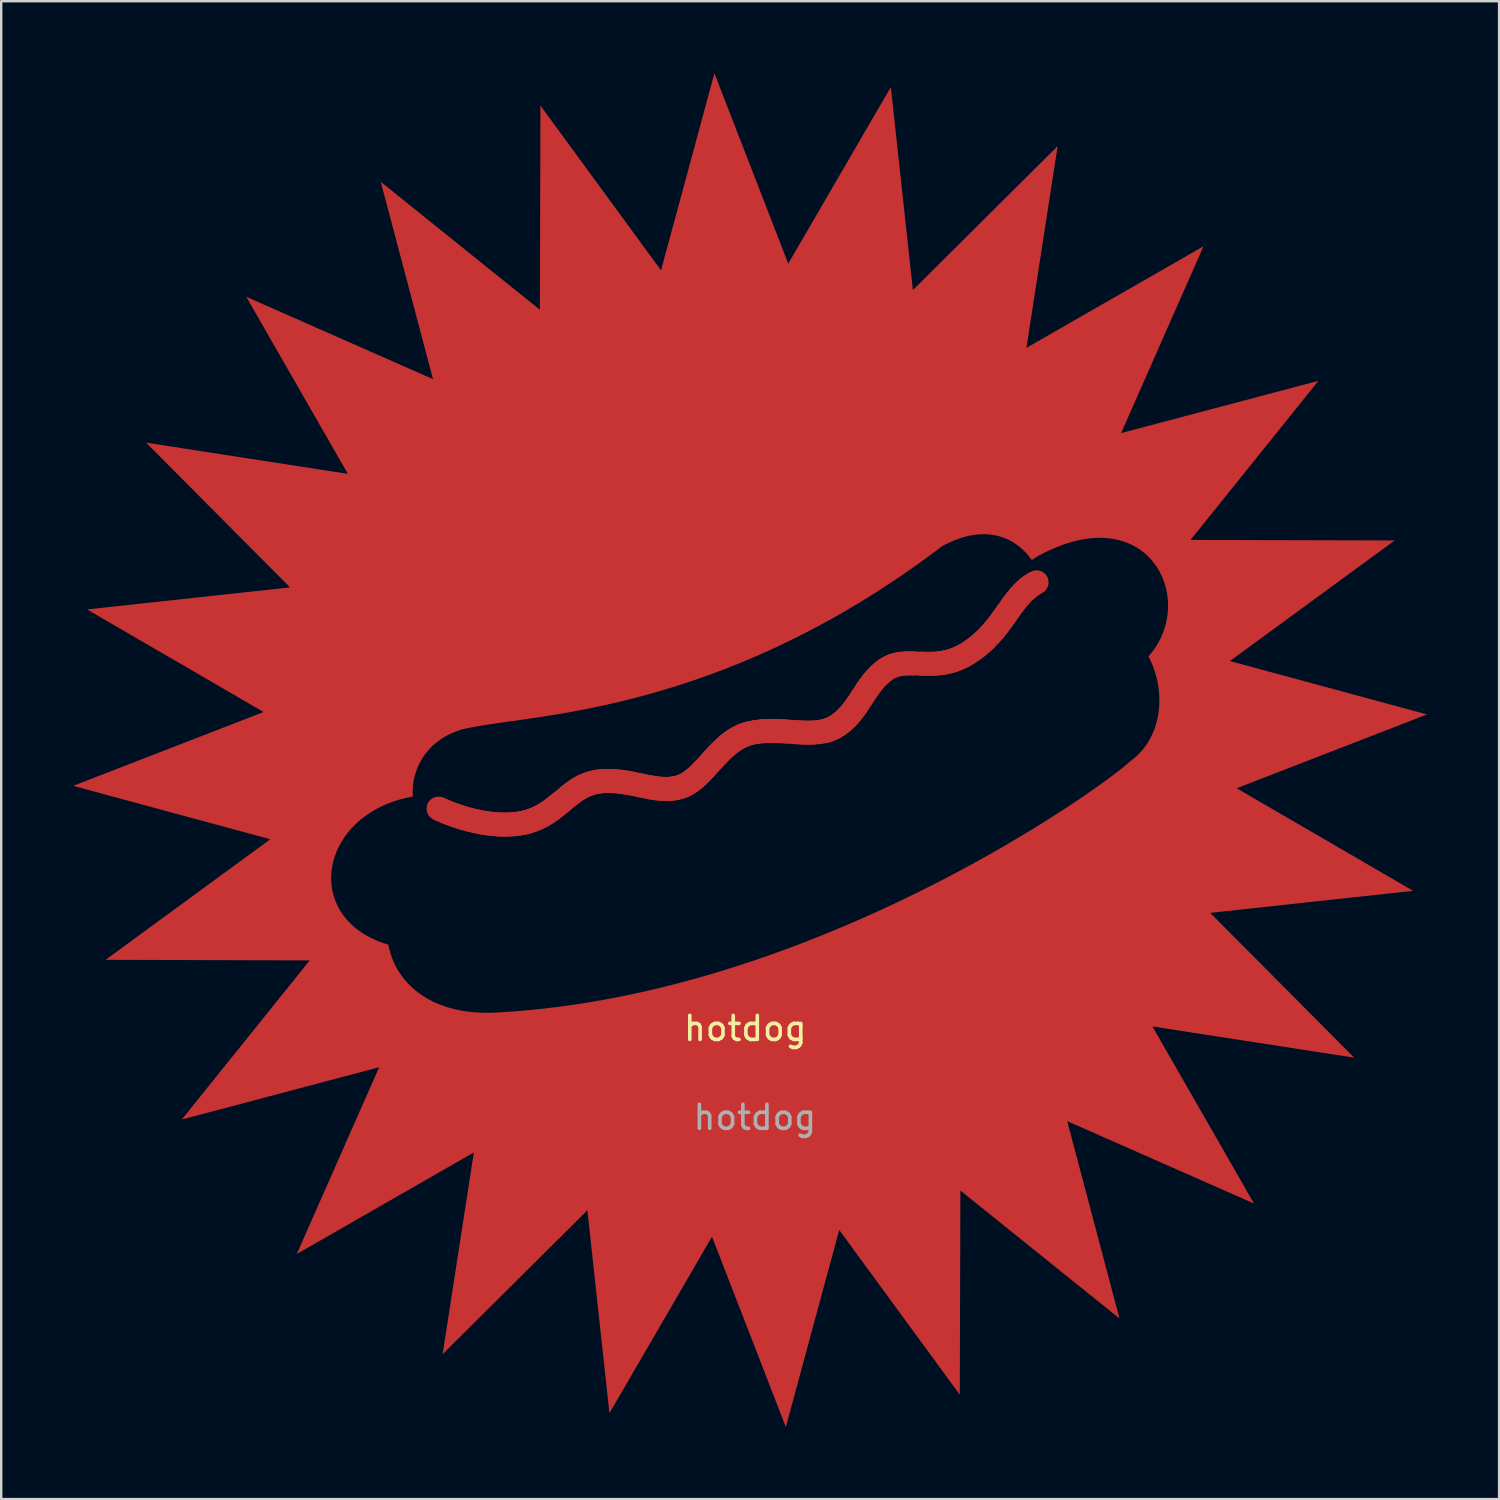
<source format=kicad_pcb>
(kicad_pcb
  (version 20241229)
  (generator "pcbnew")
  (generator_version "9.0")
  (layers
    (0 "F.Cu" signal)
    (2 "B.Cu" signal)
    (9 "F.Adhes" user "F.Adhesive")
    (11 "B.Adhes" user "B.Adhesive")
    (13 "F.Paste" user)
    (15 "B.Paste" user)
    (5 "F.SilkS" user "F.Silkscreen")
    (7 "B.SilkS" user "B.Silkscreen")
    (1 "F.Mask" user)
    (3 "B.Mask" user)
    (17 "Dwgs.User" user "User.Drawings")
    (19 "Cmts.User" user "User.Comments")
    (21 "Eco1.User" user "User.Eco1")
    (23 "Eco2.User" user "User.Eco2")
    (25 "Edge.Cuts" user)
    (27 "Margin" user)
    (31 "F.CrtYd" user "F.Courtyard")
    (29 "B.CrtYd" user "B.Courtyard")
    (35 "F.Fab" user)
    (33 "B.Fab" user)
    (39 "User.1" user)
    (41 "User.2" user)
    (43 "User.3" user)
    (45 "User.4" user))
  (footprint "hotdog"
    (layer "F.Cu")
    (at 26.37 30.758)
    (property "Reference" "hotdog" (at 1.6 9 0) (unlocked yes) (layer "F.SilkS") (effects (font (size 1 1) (thickness 0.15))))
    (attr smd)
    (fp_line (start -11.167 -0.152) (end -11.09 -0.116) (stroke (width 0.998) (type solid)) (layer "F.Cu"))
    (fp_line (start -11.09 -0.116) (end -10.875 -0.023) (stroke (width 0.998) (type solid)) (layer "F.Cu"))
    (fp_line (start -10.875 -0.023) (end -10.722 0.038) (stroke (width 0.998) (type solid)) (layer "F.Cu"))
    (fp_line (start -10.722 0.038) (end -10.542 0.105) (stroke (width 0.998) (type solid)) (layer "F.Cu"))
    (fp_line (start -10.542 0.105) (end -10.338 0.175) (stroke (width 0.998) (type solid)) (layer "F.Cu"))
    (fp_line (start -10.338 0.175) (end -10.113 0.246) (stroke (width 0.998) (type solid)) (layer "F.Cu"))
    (fp_line (start -10.113 0.246) (end -9.868 0.313) (stroke (width 0.998) (type solid)) (layer "F.Cu"))
    (fp_line (start -9.868 0.313) (end -9.607 0.375) (stroke (width 0.998) (type solid)) (layer "F.Cu"))
    (fp_line (start -9.607 0.375) (end -9.333 0.429) (stroke (width 0.998) (type solid)) (layer "F.Cu"))
    (fp_line (start -9.333 0.429) (end -9.192 0.452) (stroke (width 0.998) (type solid)) (layer "F.Cu"))
    (fp_line (start -9.192 0.452) (end -9.048 0.472) (stroke (width 0.998) (type solid)) (layer "F.Cu"))
    (fp_line (start -9.048 0.472) (end -8.901 0.488) (stroke (width 0.998) (type solid)) (layer "F.Cu"))
    (fp_line (start -8.901 0.488) (end -8.754 0.501) (stroke (width 0.998) (type solid)) (layer "F.Cu"))
    (fp_line (start -8.754 0.501) (end -8.604 0.509) (stroke (width 0.998) (type solid)) (layer "F.Cu"))
    (fp_line (start -8.604 0.509) (end -8.454 0.513) (stroke (width 0.998) (type solid)) (layer "F.Cu"))
    (fp_line (start -8.454 0.513) (end -8.303 0.512) (stroke (width 0.998) (type solid)) (layer "F.Cu"))
    (fp_line (start -8.303 0.512) (end -8.151 0.505) (stroke (width 0.998) (type solid)) (layer "F.Cu"))
    (fp_line (start -8.151 0.505) (end -7.999 0.493) (stroke (width 0.998) (type solid)) (layer "F.Cu"))
    (fp_line (start -7.999 0.493) (end -7.848 0.475) (stroke (width 0.998) (type solid)) (layer "F.Cu"))
    (fp_line (start -7.848 0.475) (end -7.7 0.451) (stroke (width 0.998) (type solid)) (layer "F.Cu"))
    (fp_line (start -7.7 0.451) (end -7.559 0.421) (stroke (width 0.998) (type solid)) (layer "F.Cu"))
    (fp_line (start -7.559 0.421) (end -7.424 0.385) (stroke (width 0.998) (type solid)) (layer "F.Cu"))
    (fp_line (start -7.424 0.385) (end -7.295 0.343) (stroke (width 0.998) (type solid)) (layer "F.Cu"))
    (fp_line (start -7.295 0.343) (end -7.172 0.297) (stroke (width 0.998) (type solid)) (layer "F.Cu"))
    (fp_line (start -7.172 0.297) (end -7.053 0.246) (stroke (width 0.998) (type solid)) (layer "F.Cu"))
    (fp_line (start -7.053 0.246) (end -6.94 0.191) (stroke (width 0.998) (type solid)) (layer "F.Cu"))
    (fp_line (start -6.94 0.191) (end -6.831 0.133) (stroke (width 0.998) (type solid)) (layer "F.Cu"))
    (fp_line (start -6.831 0.133) (end -6.726 0.071) (stroke (width 0.998) (type solid)) (layer "F.Cu"))
    (fp_line (start -6.726 0.071) (end -6.625 0.007) (stroke (width 0.998) (type solid)) (layer "F.Cu"))
    (fp_line (start -6.625 0.007) (end -6.431 -0.129) (stroke (width 0.998) (type solid)) (layer "F.Cu"))
    (fp_line (start -6.431 -0.129) (end -6.247 -0.271) (stroke (width 0.998) (type solid)) (layer "F.Cu"))
    (fp_line (start -6.247 -0.271) (end -6.071 -0.416) (stroke (width 0.998) (type solid)) (layer "F.Cu"))
    (fp_line (start -6.071 -0.416) (end -5.725 -0.701) (stroke (width 0.998) (type solid)) (layer "F.Cu"))
    (fp_line (start -5.725 -0.701) (end -5.55 -0.834) (stroke (width 0.998) (type solid)) (layer "F.Cu"))
    (fp_line (start -5.55 -0.834) (end -5.369 -0.956) (stroke (width 0.998) (type solid)) (layer "F.Cu"))
    (fp_line (start -5.369 -0.956) (end -5.276 -1.013) (stroke (width 0.998) (type solid)) (layer "F.Cu"))
    (fp_line (start -5.276 -1.013) (end -5.18 -1.065) (stroke (width 0.998) (type solid)) (layer "F.Cu"))
    (fp_line (start -5.18 -1.065) (end -5.081 -1.113) (stroke (width 0.998) (type solid)) (layer "F.Cu"))
    (fp_line (start -5.081 -1.113) (end -4.979 -1.156) (stroke (width 0.998) (type solid)) (layer "F.Cu"))
    (fp_line (start -4.979 -1.156) (end -4.873 -1.194) (stroke (width 0.998) (type solid)) (layer "F.Cu"))
    (fp_line (start -4.873 -1.194) (end -4.763 -1.227) (stroke (width 0.998) (type solid)) (layer "F.Cu"))
    (fp_line (start -4.763 -1.227) (end -4.648 -1.254) (stroke (width 0.998) (type solid)) (layer "F.Cu"))
    (fp_line (start -4.648 -1.254) (end -4.529 -1.274) (stroke (width 0.998) (type solid)) (layer "F.Cu"))
    (fp_line (start -4.529 -1.274) (end -4.408 -1.288) (stroke (width 0.998) (type solid)) (layer "F.Cu"))
    (fp_line (start -4.408 -1.288) (end -4.288 -1.297) (stroke (width 0.998) (type solid)) (layer "F.Cu"))
    (fp_line (start -4.288 -1.297) (end -4.051 -1.303) (stroke (width 0.998) (type solid)) (layer "F.Cu"))
    (fp_line (start -4.051 -1.303) (end -3.82 -1.293) (stroke (width 0.998) (type solid)) (layer "F.Cu"))
    (fp_line (start -3.82 -1.293) (end -3.593 -1.27) (stroke (width 0.998) (type solid)) (layer "F.Cu"))
    (fp_line (start -3.593 -1.27) (end -3.37 -1.238) (stroke (width 0.998) (type solid)) (layer "F.Cu"))
    (fp_line (start -3.37 -1.238) (end -3.151 -1.199) (stroke (width 0.998) (type solid)) (layer "F.Cu"))
    (fp_line (start -3.151 -1.199) (end -2.724 -1.111) (stroke (width 0.998) (type solid)) (layer "F.Cu"))
    (fp_line (start -2.724 -1.111) (end -2.309 -1.03) (stroke (width 0.998) (type solid)) (layer "F.Cu"))
    (fp_line (start -2.309 -1.03) (end -2.106 -0.998) (stroke (width 0.998) (type solid)) (layer "F.Cu"))
    (fp_line (start -2.106 -0.998) (end -1.905 -0.977) (stroke (width 0.998) (type solid)) (layer "F.Cu"))
    (fp_line (start -1.905 -0.977) (end -1.706 -0.969) (stroke (width 0.998) (type solid)) (layer "F.Cu"))
    (fp_line (start -1.706 -0.969) (end -1.509 -0.976) (stroke (width 0.998) (type solid)) (layer "F.Cu"))
    (fp_line (start -1.509 -0.976) (end -1.412 -0.987) (stroke (width 0.998) (type solid)) (layer "F.Cu"))
    (fp_line (start -1.412 -0.987) (end -1.314 -1.002) (stroke (width 0.998) (type solid)) (layer "F.Cu"))
    (fp_line (start -1.314 -1.002) (end -1.217 -1.023) (stroke (width 0.998) (type solid)) (layer "F.Cu"))
    (fp_line (start -1.217 -1.023) (end -1.12 -1.049) (stroke (width 0.998) (type solid)) (layer "F.Cu"))
    (fp_line (start -1.12 -1.049) (end -1.025 -1.083) (stroke (width 0.998) (type solid)) (layer "F.Cu"))
    (fp_line (start -1.025 -1.083) (end -0.932 -1.123) (stroke (width 0.998) (type solid)) (layer "F.Cu"))
    (fp_line (start -0.932 -1.123) (end -0.841 -1.17) (stroke (width 0.998) (type solid)) (layer "F.Cu"))
    (fp_line (start -0.841 -1.17) (end -0.752 -1.223) (stroke (width 0.998) (type solid)) (layer "F.Cu"))
    (fp_line (start -0.752 -1.223) (end -0.665 -1.282) (stroke (width 0.998) (type solid)) (layer "F.Cu"))
    (fp_line (start -0.665 -1.282) (end -0.58 -1.346) (stroke (width 0.998) (type solid)) (layer "F.Cu"))
    (fp_line (start -0.58 -1.346) (end -0.495 -1.415) (stroke (width 0.998) (type solid)) (layer "F.Cu"))
    (fp_line (start -0.495 -1.415) (end -0.412 -1.488) (stroke (width 0.998) (type solid)) (layer "F.Cu"))
    (fp_line (start -0.412 -1.488) (end -0.249 -1.645) (stroke (width 0.998) (type solid)) (layer "F.Cu"))
    (fp_line (start -0.249 -1.645) (end -0.087 -1.814) (stroke (width 0.998) (type solid)) (layer "F.Cu"))
    (fp_line (start -0.087 -1.814) (end 0.237 -2.171) (stroke (width 0.998) (type solid)) (layer "F.Cu"))
    (fp_line (start 0.237 -2.171) (end 0.402 -2.351) (stroke (width 0.998) (type solid)) (layer "F.Cu"))
    (fp_line (start 0.402 -2.351) (end 0.573 -2.527) (stroke (width 0.998) (type solid)) (layer "F.Cu"))
    (fp_line (start 0.573 -2.527) (end 0.75 -2.696) (stroke (width 0.998) (type solid)) (layer "F.Cu"))
    (fp_line (start 0.75 -2.696) (end 0.842 -2.776) (stroke (width 0.998) (type solid)) (layer "F.Cu"))
    (fp_line (start 0.842 -2.776) (end 0.936 -2.853) (stroke (width 0.998) (type solid)) (layer "F.Cu"))
    (fp_line (start 0.936 -2.853) (end 1.032 -2.926) (stroke (width 0.998) (type solid)) (layer "F.Cu"))
    (fp_line (start 1.032 -2.926) (end 1.132 -2.995) (stroke (width 0.998) (type solid)) (layer "F.Cu"))
    (fp_line (start 1.132 -2.995) (end 1.234 -3.059) (stroke (width 0.998) (type solid)) (layer "F.Cu"))
    (fp_line (start 1.234 -3.059) (end 1.339 -3.118) (stroke (width 0.998) (type solid)) (layer "F.Cu"))
    (fp_line (start 1.339 -3.118) (end 1.447 -3.172) (stroke (width 0.998) (type solid)) (layer "F.Cu"))
    (fp_line (start 1.447 -3.172) (end 1.559 -3.219) (stroke (width 0.998) (type solid)) (layer "F.Cu"))
    (fp_line (start 1.559 -3.219) (end 1.675 -3.259) (stroke (width 0.998) (type solid)) (layer "F.Cu"))
    (fp_line (start 1.675 -3.259) (end 1.795 -3.292) (stroke (width 0.998) (type solid)) (layer "F.Cu"))
    (fp_line (start 1.795 -3.292) (end 2.04 -3.34) (stroke (width 0.998) (type solid)) (layer "F.Cu"))
    (fp_line (start 2.04 -3.34) (end 2.286 -3.37) (stroke (width 0.998) (type solid)) (layer "F.Cu"))
    (fp_line (start 2.286 -3.37) (end 2.533 -3.384) (stroke (width 0.998) (type solid)) (layer "F.Cu"))
    (fp_line (start 2.533 -3.384) (end 2.779 -3.385) (stroke (width 0.998) (type solid)) (layer "F.Cu"))
    (fp_line (start 2.779 -3.385) (end 3.024 -3.377) (stroke (width 0.998) (type solid)) (layer "F.Cu"))
    (fp_line (start 3.024 -3.377) (end 3.268 -3.364) (stroke (width 0.998) (type solid)) (layer "F.Cu"))
    (fp_line (start 3.268 -3.364) (end 3.746 -3.331) (stroke (width 0.998) (type solid)) (layer "F.Cu"))
    (fp_line (start 3.746 -3.331) (end 3.979 -3.319) (stroke (width 0.998) (type solid)) (layer "F.Cu"))
    (fp_line (start 3.979 -3.319) (end 4.208 -3.313) (stroke (width 0.998) (type solid)) (layer "F.Cu"))
    (fp_line (start 4.208 -3.313) (end 4.43 -3.318) (stroke (width 0.998) (type solid)) (layer "F.Cu"))
    (fp_line (start 4.43 -3.318) (end 4.646 -3.336) (stroke (width 0.998) (type solid)) (layer "F.Cu"))
    (fp_line (start 4.646 -3.336) (end 4.854 -3.371) (stroke (width 0.998) (type solid)) (layer "F.Cu"))
    (fp_line (start 4.854 -3.371) (end 4.956 -3.395) (stroke (width 0.998) (type solid)) (layer "F.Cu"))
    (fp_line (start 4.956 -3.395) (end 5.055 -3.425) (stroke (width 0.998) (type solid)) (layer "F.Cu"))
    (fp_line (start 5.055 -3.425) (end 5.152 -3.461) (stroke (width 0.998) (type solid)) (layer "F.Cu"))
    (fp_line (start 5.152 -3.461) (end 5.246 -3.502) (stroke (width 0.998) (type solid)) (layer "F.Cu"))
    (fp_line (start 5.246 -3.502) (end 5.338 -3.551) (stroke (width 0.998) (type solid)) (layer "F.Cu"))
    (fp_line (start 5.338 -3.551) (end 5.428 -3.606) (stroke (width 0.998) (type solid)) (layer "F.Cu"))
    (fp_line (start 5.428 -3.606) (end 5.514 -3.666) (stroke (width 0.998) (type solid)) (layer "F.Cu"))
    (fp_line (start 5.514 -3.666) (end 5.596 -3.729) (stroke (width 0.998) (type solid)) (layer "F.Cu"))
    (fp_line (start 5.596 -3.729) (end 5.674 -3.794) (stroke (width 0.998) (type solid)) (layer "F.Cu"))
    (fp_line (start 5.674 -3.794) (end 5.748 -3.861) (stroke (width 0.998) (type solid)) (layer "F.Cu"))
    (fp_line (start 5.748 -3.861) (end 5.819 -3.93) (stroke (width 0.998) (type solid)) (layer "F.Cu"))
    (fp_line (start 5.819 -3.93) (end 5.887 -4.001) (stroke (width 0.998) (type solid)) (layer "F.Cu"))
    (fp_line (start 5.887 -4.001) (end 6.015 -4.147) (stroke (width 0.998) (type solid)) (layer "F.Cu"))
    (fp_line (start 6.015 -4.147) (end 6.133 -4.299) (stroke (width 0.998) (type solid)) (layer "F.Cu"))
    (fp_line (start 6.133 -4.299) (end 6.244 -4.454) (stroke (width 0.998) (type solid)) (layer "F.Cu"))
    (fp_line (start 6.244 -4.454) (end 6.454 -4.772) (stroke (width 0.998) (type solid)) (layer "F.Cu"))
    (fp_line (start 6.454 -4.772) (end 6.662 -5.09) (stroke (width 0.998) (type solid)) (layer "F.Cu"))
    (fp_line (start 6.662 -5.09) (end 6.77 -5.246) (stroke (width 0.998) (type solid)) (layer "F.Cu"))
    (fp_line (start 6.77 -5.246) (end 6.885 -5.397) (stroke (width 0.998) (type solid)) (layer "F.Cu"))
    (fp_line (start 6.885 -5.397) (end 7.008 -5.544) (stroke (width 0.998) (type solid)) (layer "F.Cu"))
    (fp_line (start 7.008 -5.544) (end 7.141 -5.683) (stroke (width 0.998) (type solid)) (layer "F.Cu"))
    (fp_line (start 7.141 -5.683) (end 7.212 -5.751) (stroke (width 0.998) (type solid)) (layer "F.Cu"))
    (fp_line (start 7.212 -5.751) (end 7.286 -5.815) (stroke (width 0.998) (type solid)) (layer "F.Cu"))
    (fp_line (start 7.286 -5.815) (end 7.364 -5.878) (stroke (width 0.998) (type solid)) (layer "F.Cu"))
    (fp_line (start 7.364 -5.878) (end 7.446 -5.938) (stroke (width 0.998) (type solid)) (layer "F.Cu"))
    (fp_line (start 7.446 -5.938) (end 7.531 -5.993) (stroke (width 0.998) (type solid)) (layer "F.Cu"))
    (fp_line (start 7.531 -5.993) (end 7.617 -6.04) (stroke (width 0.998) (type solid)) (layer "F.Cu"))
    (fp_line (start 7.617 -6.04) (end 7.704 -6.079) (stroke (width 0.998) (type solid)) (layer "F.Cu"))
    (fp_line (start 7.704 -6.079) (end 7.793 -6.112) (stroke (width 0.998) (type solid)) (layer "F.Cu"))
    (fp_line (start 7.793 -6.112) (end 7.883 -6.138) (stroke (width 0.998) (type solid)) (layer "F.Cu"))
    (fp_line (start 7.883 -6.138) (end 7.974 -6.159) (stroke (width 0.998) (type solid)) (layer "F.Cu"))
    (fp_line (start 7.974 -6.159) (end 8.067 -6.174) (stroke (width 0.998) (type solid)) (layer "F.Cu"))
    (fp_line (start 8.067 -6.174) (end 8.161 -6.186) (stroke (width 0.998) (type solid)) (layer "F.Cu"))
    (fp_line (start 8.161 -6.186) (end 8.353 -6.197) (stroke (width 0.998) (type solid)) (layer "F.Cu"))
    (fp_line (start 8.353 -6.197) (end 8.551 -6.197) (stroke (width 0.998) (type solid)) (layer "F.Cu"))
    (fp_line (start 8.551 -6.197) (end 8.963 -6.183) (stroke (width 0.998) (type solid)) (layer "F.Cu"))
    (fp_line (start 8.963 -6.183) (end 9.178 -6.178) (stroke (width 0.998) (type solid)) (layer "F.Cu"))
    (fp_line (start 9.178 -6.178) (end 9.399 -6.18) (stroke (width 0.998) (type solid)) (layer "F.Cu"))
    (fp_line (start 9.399 -6.18) (end 9.626 -6.195) (stroke (width 0.998) (type solid)) (layer "F.Cu"))
    (fp_line (start 9.626 -6.195) (end 9.742 -6.208) (stroke (width 0.998) (type solid)) (layer "F.Cu"))
    (fp_line (start 9.742 -6.208) (end 9.859 -6.226) (stroke (width 0.998) (type solid)) (layer "F.Cu"))
    (fp_line (start 9.859 -6.226) (end 9.978 -6.25) (stroke (width 0.998) (type solid)) (layer "F.Cu"))
    (fp_line (start 9.978 -6.25) (end 10.099 -6.279) (stroke (width 0.998) (type solid)) (layer "F.Cu"))
    (fp_line (start 10.099 -6.279) (end 10.221 -6.315) (stroke (width 0.998) (type solid)) (layer "F.Cu"))
    (fp_line (start 10.221 -6.315) (end 10.344 -6.357) (stroke (width 0.998) (type solid)) (layer "F.Cu"))
    (fp_line (start 10.344 -6.357) (end 10.47 -6.408) (stroke (width 0.998) (type solid)) (layer "F.Cu"))
    (fp_line (start 10.47 -6.408) (end 10.596 -6.467) (stroke (width 0.998) (type solid)) (layer "F.Cu"))
    (fp_line (start 10.596 -6.467) (end 10.725 -6.534) (stroke (width 0.998) (type solid)) (layer "F.Cu"))
    (fp_line (start 10.725 -6.534) (end 10.855 -6.611) (stroke (width 0.998) (type solid)) (layer "F.Cu"))
    (fp_line (start 10.855 -6.611) (end 10.996 -6.702) (stroke (width 0.998) (type solid)) (layer "F.Cu"))
    (fp_line (start 10.996 -6.702) (end 11.129 -6.796) (stroke (width 0.998) (type solid)) (layer "F.Cu"))
    (fp_line (start 11.129 -6.796) (end 11.255 -6.892) (stroke (width 0.998) (type solid)) (layer "F.Cu"))
    (fp_line (start 11.255 -6.892) (end 11.374 -6.99) (stroke (width 0.998) (type solid)) (layer "F.Cu"))
    (fp_line (start 11.374 -6.99) (end 11.488 -7.09) (stroke (width 0.998) (type solid)) (layer "F.Cu"))
    (fp_line (start 11.488 -7.09) (end 11.596 -7.191) (stroke (width 0.998) (type solid)) (layer "F.Cu"))
    (fp_line (start 11.596 -7.191) (end 11.795 -7.397) (stroke (width 0.998) (type solid)) (layer "F.Cu"))
    (fp_line (start 11.795 -7.397) (end 11.977 -7.606) (stroke (width 0.998) (type solid)) (layer "F.Cu"))
    (fp_line (start 11.977 -7.606) (end 12.144 -7.816) (stroke (width 0.998) (type solid)) (layer "F.Cu"))
    (fp_line (start 12.144 -7.816) (end 12.3 -8.026) (stroke (width 0.998) (type solid)) (layer "F.Cu"))
    (fp_line (start 12.3 -8.026) (end 12.447 -8.233) (stroke (width 0.998) (type solid)) (layer "F.Cu"))
    (fp_line (start 12.447 -8.233) (end 12.73 -8.632) (stroke (width 0.998) (type solid)) (layer "F.Cu"))
    (fp_line (start 12.73 -8.632) (end 12.873 -8.82) (stroke (width 0.998) (type solid)) (layer "F.Cu"))
    (fp_line (start 12.873 -8.82) (end 13.02 -8.998) (stroke (width 0.998) (type solid)) (layer "F.Cu"))
    (fp_line (start 13.02 -8.998) (end 13.176 -9.164) (stroke (width 0.998) (type solid)) (layer "F.Cu"))
    (fp_line (start 13.176 -9.164) (end 13.258 -9.242) (stroke (width 0.998) (type solid)) (layer "F.Cu"))
    (fp_line (start 13.258 -9.242) (end 13.343 -9.316) (stroke (width 0.998) (type solid)) (layer "F.Cu"))
    (fp_line (start 13.343 -9.316) (end 13.432 -9.386) (stroke (width 0.998) (type solid)) (layer "F.Cu"))
    (fp_line (start 13.432 -9.386) (end 13.525 -9.452) (stroke (width 0.998) (type solid)) (layer "F.Cu"))
    (fp_line (start 13.525 -9.452) (end 13.623 -9.514) (stroke (width 0.998) (type solid)) (layer "F.Cu"))
    (fp_line (start 13.623 -9.514) (end 13.725 -9.571) (stroke (width 0.998) (type solid)) (layer "F.Cu"))
    (fp_poly (pts (xy 0.508 -30.262) (xy 0.7 -29.767) (xy 0.892 -29.272) (xy 1.084 -28.777) (xy 1.276 -28.282) (xy 1.468 -27.787) (xy 1.66 -27.292) (xy 1.852 -26.797) (xy 2.044 -26.302) (xy 2.236 -25.806) (xy 2.428 -25.311) (xy 2.62 -24.816) (xy 2.812 -24.321) (xy 3.004 -23.826) (xy 3.196 -23.331) (xy 3.389 -22.836) (xy 3.656 -23.295) (xy 3.923 -23.754) (xy 4.189 -24.213) (xy 4.456 -24.672) (xy 4.723 -25.132) (xy 4.99 -25.591) (xy 5.524 -26.509) (xy 5.79 -26.968) (xy 6.057 -27.427) (xy 6.324 -27.887) (xy 6.591 -28.346) (xy 6.858 -28.805) (xy 7.125 -29.264) (xy 7.392 -29.723) (xy 7.658 -30.182) (xy 7.716 -29.654) (xy 7.773 -29.127) (xy 7.83 -28.599) (xy 7.888 -28.071) (xy 8.003 -27.015) (xy 8.06 -26.487) (xy 8.117 -25.959) (xy 8.232 -24.903) (xy 8.289 -24.375) (xy 8.347 -23.847) (xy 8.461 -22.791) (xy 8.519 -22.263) (xy 8.576 -21.735) (xy 8.953 -22.109) (xy 9.329 -22.484) (xy 9.706 -22.858) (xy 10.082 -23.233) (xy 10.459 -23.607) (xy 10.835 -23.982) (xy 11.212 -24.356) (xy 11.589 -24.731) (xy 11.965 -25.105) (xy 12.342 -25.48) (xy 12.718 -25.854) (xy 13.095 -26.228) (xy 13.471 -26.603) (xy 13.848 -26.977) (xy 14.225 -27.352) (xy 14.601 -27.726) (xy 14.52 -27.202) (xy 14.439 -26.677) (xy 14.357 -26.152) (xy 14.276 -25.627) (xy 14.195 -25.102) (xy 14.114 -24.577) (xy 14.032 -24.053) (xy 13.951 -23.528) (xy 13.87 -23.003) (xy 13.789 -22.478) (xy 13.708 -21.953) (xy 13.626 -21.429) (xy 13.545 -20.904) (xy 13.464 -20.379) (xy 13.383 -19.854) (xy 13.301 -19.329) (xy 13.762 -19.594) (xy 14.223 -19.858) (xy 14.683 -20.122) (xy 15.144 -20.386) (xy 15.605 -20.651) (xy 16.065 -20.915) (xy 16.526 -21.179) (xy 16.987 -21.443) (xy 17.447 -21.707) (xy 17.908 -21.972) (xy 18.369 -22.236) (xy 18.829 -22.5) (xy 19.29 -22.764) (xy 19.751 -23.029) (xy 20.211 -23.293) (xy 20.672 -23.557) (xy 20.458 -23.071) (xy 20.243 -22.585) (xy 20.029 -22.099) (xy 19.815 -21.613) (xy 19.6 -21.127) (xy 19.386 -20.641) (xy 19.172 -20.156) (xy 18.958 -19.67) (xy 18.743 -19.184) (xy 18.529 -18.698) (xy 18.315 -18.212) (xy 18.1 -17.726) (xy 17.886 -17.24) (xy 17.672 -16.754) (xy 17.457 -16.268) (xy 17.243 -15.782) (xy 17.756 -15.918) (xy 18.27 -16.054) (xy 18.783 -16.19) (xy 19.297 -16.326) (xy 19.81 -16.462) (xy 20.323 -16.598) (xy 20.837 -16.734) (xy 21.35 -16.87) (xy 21.863 -17.006) (xy 22.377 -17.142) (xy 22.89 -17.278) (xy 23.403 -17.414) (xy 23.917 -17.55) (xy 24.43 -17.686) (xy 24.943 -17.822) (xy 25.457 -17.958) (xy 25.124 -17.544) (xy 24.791 -17.131) (xy 24.458 -16.717) (xy 23.46 -15.475) (xy 23.127 -15.061) (xy 22.795 -14.647) (xy 22.462 -14.233) (xy 22.129 -13.819) (xy 21.796 -13.406) (xy 21.131 -12.578) (xy 20.798 -12.164) (xy 20.132 -11.336) (xy 20.663 -11.335) (xy 21.195 -11.333) (xy 21.726 -11.332) (xy 22.257 -11.33) (xy 22.788 -11.329) (xy 23.319 -11.327) (xy 23.85 -11.326) (xy 24.381 -11.324) (xy 24.912 -11.323) (xy 25.443 -11.321) (xy 25.974 -11.32) (xy 26.505 -11.318) (xy 27.036 -11.317) (xy 27.567 -11.315) (xy 28.098 -11.314) (xy 28.63 -11.312) (xy 28.201 -10.999) (xy 27.772 -10.685) (xy 27.344 -10.372) (xy 26.915 -10.058) (xy 26.487 -9.744) (xy 26.058 -9.431) (xy 25.63 -9.117) (xy 25.201 -8.803) (xy 24.773 -8.49) (xy 24.344 -8.176) (xy 23.915 -7.862) (xy 23.487 -7.549) (xy 23.058 -7.235) (xy 22.63 -6.921) (xy 22.201 -6.608) (xy 21.773 -6.294) (xy 22.285 -6.155) (xy 22.798 -6.016) (xy 23.31 -5.877) (xy 23.823 -5.739) (xy 24.336 -5.6) (xy 24.848 -5.461) (xy 25.361 -5.322) (xy 25.873 -5.183) (xy 26.386 -5.044) (xy 26.899 -4.905) (xy 27.411 -4.766) (xy 27.924 -4.627) (xy 28.436 -4.488) (xy 28.949 -4.349) (xy 29.462 -4.21) (xy 29.974 -4.072) (xy 29.479 -3.879) (xy 28.984 -3.687) (xy 28.489 -3.495) (xy 27.994 -3.303) (xy 27.499 -3.111) (xy 27.003 -2.919) (xy 26.508 -2.727) (xy 26.013 -2.535) (xy 25.518 -2.343) (xy 25.023 -2.151) (xy 24.528 -1.959) (xy 24.033 -1.767) (xy 23.538 -1.575) (xy 23.042 -1.383) (xy 22.547 -1.191) (xy 22.052 -0.999) (xy 22.97 -0.465) (xy 23.43 -0.198) (xy 23.889 0.068) (xy 24.807 0.602) (xy 25.266 0.869) (xy 26.185 1.403) (xy 26.644 1.67) (xy 27.103 1.936) (xy 27.562 2.203) (xy 28.021 2.47) (xy 28.481 2.737) (xy 29.399 3.271) (xy 28.871 3.328) (xy 28.343 3.385) (xy 27.815 3.443) (xy 27.287 3.5) (xy 26.759 3.557) (xy 26.231 3.615) (xy 25.703 3.672) (xy 25.175 3.73) (xy 24.647 3.787) (xy 24.119 3.844) (xy 23.591 3.902) (xy 22.535 4.016) (xy 22.007 4.074) (xy 21.479 4.131) (xy 20.951 4.188) (xy 21.326 4.565) (xy 21.7 4.942) (xy 22.075 5.318) (xy 22.449 5.695) (xy 22.824 6.071) (xy 23.198 6.448) (xy 23.573 6.824) (xy 23.947 7.201) (xy 24.322 7.577) (xy 24.696 7.954) (xy 25.445 8.707) (xy 25.819 9.084) (xy 26.194 9.46) (xy 26.568 9.837) (xy 26.943 10.213) (xy 26.418 10.132) (xy 25.893 10.051) (xy 25.368 9.97) (xy 24.319 9.807) (xy 23.794 9.726) (xy 23.269 9.645) (xy 22.744 9.564) (xy 22.22 9.482) (xy 21.695 9.401) (xy 21.17 9.32) (xy 20.645 9.239) (xy 20.12 9.158) (xy 19.596 9.076) (xy 19.071 8.995) (xy 18.546 8.914) (xy 18.81 9.375) (xy 19.339 10.296) (xy 19.603 10.757) (xy 19.867 11.217) (xy 20.131 11.678) (xy 20.395 12.139) (xy 20.66 12.599) (xy 20.924 13.06) (xy 21.452 13.981) (xy 21.717 14.442) (xy 21.981 14.903) (xy 22.245 15.363) (xy 22.509 15.824) (xy 22.774 16.285) (xy 22.288 16.07) (xy 21.802 15.856) (xy 21.316 15.642) (xy 20.83 15.427) (xy 20.344 15.213) (xy 19.858 14.999) (xy 19.372 14.785) (xy 18.886 14.57) (xy 18.4 14.356) (xy 17.914 14.142) (xy 17.428 13.927) (xy 16.943 13.713) (xy 16.457 13.499) (xy 15.971 13.284) (xy 15.485 13.07) (xy 14.999 12.856) (xy 15.135 13.369) (xy 15.271 13.883) (xy 15.407 14.396) (xy 15.543 14.909) (xy 15.679 15.423) (xy 15.815 15.936) (xy 15.951 16.449) (xy 16.087 16.963) (xy 16.223 17.476) (xy 16.359 17.989) (xy 16.495 18.503) (xy 16.631 19.016) (xy 16.767 19.529) (xy 16.903 20.043) (xy 17.039 20.556) (xy 17.175 21.069) (xy 15.934 20.071) (xy 15.52 19.738) (xy 15.106 19.406) (xy 14.692 19.073) (xy 14.278 18.74) (xy 13.864 18.407) (xy 13.45 18.074) (xy 13.037 17.742) (xy 12.623 17.409) (xy 11.795 16.743) (xy 11.381 16.411) (xy 10.967 16.078) (xy 10.553 15.745) (xy 10.552 16.276) (xy 10.55 16.807) (xy 10.549 17.338) (xy 10.547 17.869) (xy 10.546 18.4) (xy 10.544 18.932) (xy 10.542 19.463) (xy 10.541 19.994) (xy 10.539 20.525) (xy 10.538 21.056) (xy 10.536 21.587) (xy 10.535 22.118) (xy 10.533 22.649) (xy 10.532 23.18) (xy 10.53 23.711) (xy 10.529 24.242) (xy 10.215 23.814) (xy 9.901 23.385) (xy 9.588 22.957) (xy 9.274 22.528) (xy 8.96 22.099) (xy 8.647 21.671) (xy 8.333 21.242) (xy 8.019 20.814) (xy 7.706 20.385) (xy 7.392 19.957) (xy 7.079 19.528) (xy 6.765 19.1) (xy 6.451 18.671) (xy 6.138 18.242) (xy 5.824 17.814) (xy 5.51 17.385) (xy 5.371 17.898) (xy 5.233 18.411) (xy 5.094 18.923) (xy 4.955 19.436) (xy 4.677 20.461) (xy 4.538 20.974) (xy 4.399 21.486) (xy 4.26 21.999) (xy 4.122 22.511) (xy 3.983 23.024) (xy 3.844 23.537) (xy 3.427 25.074) (xy 3.288 25.587) (xy 3.096 25.092) (xy 2.712 24.102) (xy 2.52 23.606) (xy 2.328 23.111) (xy 2.136 22.616) (xy 1.944 22.121) (xy 1.752 21.626) (xy 1.56 21.131) (xy 1.368 20.636) (xy 1.175 20.141) (xy 0.983 19.645) (xy 0.791 19.15) (xy 0.599 18.655) (xy 0.407 18.16) (xy 0.215 17.665) (xy -0.052 18.124) (xy -0.319 18.583) (xy -0.852 19.502) (xy -1.119 19.961) (xy -1.386 20.42) (xy -1.653 20.879) (xy -1.919 21.338) (xy -2.186 21.798) (xy -2.453 22.257) (xy -2.987 23.175) (xy -3.253 23.634) (xy -3.52 24.093) (xy -3.787 24.553) (xy -4.054 25.012) (xy -4.111 24.484) (xy -4.169 23.956) (xy -4.226 23.428) (xy -4.283 22.9) (xy -4.341 22.372) (xy -4.398 21.844) (xy -4.455 21.316) (xy -4.513 20.788) (xy -4.57 20.26) (xy -4.628 19.732) (xy -4.685 19.204) (xy -4.742 18.676) (xy -4.8 18.148) (xy -4.857 17.62) (xy -4.914 17.092) (xy -4.972 16.564) (xy -5.348 16.939) (xy -5.725 17.313) (xy -6.101 17.688) (xy -6.478 18.062) (xy -6.855 18.436) (xy -7.231 18.811) (xy -7.608 19.185) (xy -7.984 19.56) (xy -8.361 19.934) (xy -8.738 20.309) (xy -9.114 20.683) (xy -9.491 21.058) (xy -9.867 21.432) (xy -10.244 21.807) (xy -10.621 22.181) (xy -10.997 22.556) (xy -10.835 21.506) (xy -10.753 20.981) (xy -10.591 19.931) (xy -10.51 19.407) (xy -10.429 18.882) (xy -10.347 18.357) (xy -10.266 17.832) (xy -10.104 16.783) (xy -10.022 16.258) (xy -9.941 15.733) (xy -9.86 15.208) (xy -9.779 14.683) (xy -9.697 14.159) (xy -10.158 14.423) (xy -10.619 14.687) (xy -11.079 14.951) (xy -11.54 15.216) (xy -12.001 15.48) (xy -12.461 15.744) (xy -12.922 16.008) (xy -13.383 16.272) (xy -13.843 16.537) (xy -14.304 16.801) (xy -14.765 17.065) (xy -15.225 17.329) (xy -15.686 17.594) (xy -16.147 17.858) (xy -16.607 18.122) (xy -17.068 18.386) (xy -16.854 17.9) (xy -16.639 17.414) (xy -16.425 16.929) (xy -16.211 16.443) (xy -15.996 15.957) (xy -15.782 15.471) (xy -15.568 14.985) (xy -15.353 14.499) (xy -15.139 14.013) (xy -14.925 13.527) (xy -14.71 13.041) (xy -14.496 12.555) (xy -14.282 12.069) (xy -14.068 11.583) (xy -13.853 11.097) (xy -13.639 10.612) (xy -14.152 10.748) (xy -14.666 10.884) (xy -15.179 11.02) (xy -15.692 11.156) (xy -16.206 11.292) (xy -16.719 11.428) (xy -17.746 11.7) (xy -18.259 11.836) (xy -18.773 11.972) (xy -19.286 12.108) (xy -19.799 12.244) (xy -20.313 12.38) (xy -20.826 12.516) (xy -21.339 12.652) (xy -21.853 12.788) (xy -21.52 12.374) (xy -21.187 11.96) (xy -20.855 11.546) (xy -20.522 11.132) (xy -20.189 10.718) (xy -19.856 10.304) (xy -19.523 9.891) (xy -19.191 9.477) (xy -18.858 9.063) (xy -18.525 8.649) (xy -18.192 8.235) (xy -17.86 7.821) (xy -17.527 7.407) (xy -17.194 6.994) (xy -16.861 6.58) (xy -16.529 6.166) (xy -17.06 6.164) (xy -17.591 6.163) (xy -18.122 6.161) (xy -18.653 6.16) (xy -19.184 6.158) (xy -19.715 6.157) (xy -20.246 6.155) (xy -20.777 6.154) (xy -21.308 6.152) (xy -21.839 6.15) (xy -22.901 6.147) (xy -23.433 6.146) (xy -23.964 6.144) (xy -24.495 6.143) (xy -25.026 6.141) (xy -24.597 5.828) (xy -24.169 5.514) (xy -23.74 5.2) (xy -23.312 4.887) (xy -22.883 4.573) (xy -22.454 4.259) (xy -22.026 3.946) (xy -21.597 3.632) (xy -21.169 3.318) (xy -20.352 2.721) (xy -15.635 2.721) (xy -15.635 2.783) (xy -15.633 2.844) (xy -15.63 2.906) (xy -15.626 2.968) (xy -15.62 3.029) (xy -15.613 3.09) (xy -15.604 3.151) (xy -15.594 3.212) (xy -15.582 3.273) (xy -15.569 3.333) (xy -15.554 3.393) (xy -15.538 3.453) (xy -15.521 3.512) (xy -15.502 3.571) (xy -15.481 3.63) (xy -15.459 3.688) (xy -15.436 3.746) (xy -15.411 3.804) (xy -15.385 3.861) (xy -15.357 3.917) (xy -15.328 3.974) (xy -15.297 4.029) (xy -15.265 4.084) (xy -15.231 4.139) (xy -15.196 4.193) (xy -15.159 4.247) (xy -15.121 4.3) (xy -15.081 4.352) (xy -15.04 4.404) (xy -14.997 4.455) (xy -14.953 4.505) (xy -14.907 4.554) (xy -14.86 4.603) (xy -14.811 4.652) (xy -14.76 4.699) (xy -14.708 4.746) (xy -14.655 4.791) (xy -14.6 4.837) (xy -14.543 4.881) (xy -14.485 4.924) (xy -14.426 4.967) (xy -14.364 5.008) (xy -14.302 5.049) (xy -14.237 5.088) (xy -14.171 5.127) (xy -14.104 5.165) (xy -14.035 5.202) (xy -13.964 5.237) (xy -13.892 5.272) (xy -13.818 5.306) (xy -13.743 5.338) (xy -13.666 5.37) (xy -13.587 5.4) (xy -13.507 5.429) (xy -13.425 5.458) (xy -13.342 5.484) (xy -13.257 5.51) (xy -13.25 5.548) (xy -13.242 5.585) (xy -13.234 5.622) (xy -13.226 5.66) (xy -13.217 5.697) (xy -13.208 5.734) (xy -13.198 5.771) (xy -13.188 5.808) (xy -13.177 5.845) (xy -13.166 5.881) (xy -13.154 5.918) (xy -13.142 5.955) (xy -13.13 5.991) (xy -13.117 6.027) (xy -13.103 6.063) (xy -13.089 6.099) (xy -13.075 6.135) (xy -13.06 6.171) (xy -13.045 6.207) (xy -13.029 6.242) (xy -13.013 6.278) (xy -12.997 6.313) (xy -12.98 6.348) (xy -12.962 6.383) (xy -12.944 6.418) (xy -12.926 6.452) (xy -12.907 6.487) (xy -12.887 6.521) (xy -12.867 6.555) (xy -12.847 6.589) (xy -12.826 6.622) (xy -12.805 6.656) (xy -12.783 6.689) (xy -12.761 6.722) (xy -12.739 6.755) (xy -12.716 6.788) (xy -12.692 6.82) (xy -12.668 6.852) (xy -12.644 6.884) (xy -12.619 6.916) (xy -12.593 6.948) (xy -12.567 6.979) (xy -12.541 7.01) (xy -12.514 7.041) (xy -12.487 7.071) (xy -12.459 7.102) (xy -12.431 7.132) (xy -12.402 7.162) (xy -12.373 7.191) (xy -12.344 7.221) (xy -12.314 7.25) (xy -12.283 7.278) (xy -12.252 7.307) (xy -12.221 7.335) (xy -12.189 7.363) (xy -12.156 7.39) (xy -12.123 7.418) (xy -12.09 7.444) (xy -12.056 7.471) (xy -12.022 7.497) (xy -11.987 7.524) (xy -11.952 7.549) (xy -11.916 7.575) (xy -11.88 7.6) (xy -11.843 7.624) (xy -11.806 7.649) (xy -11.769 7.673) (xy -11.731 7.697) (xy -11.692 7.72) (xy -11.653 7.743) (xy -11.613 7.765) (xy -11.573 7.788) (xy -11.533 7.81) (xy -11.492 7.831) (xy -11.451 7.852) (xy -11.409 7.873) (xy -11.366 7.894) (xy -11.324 7.914) (xy -11.28 7.933) (xy -11.236 7.952) (xy -11.192 7.971) (xy -11.147 7.99) (xy -11.102 8.008) (xy -11.057 8.025) (xy -11.01 8.042) (xy -10.964 8.059) (xy -10.916 8.075) (xy -10.869 8.091) (xy -10.821 8.107) (xy -10.772 8.122) (xy -10.723 8.136) (xy -10.674 8.15) (xy -10.623 8.164) (xy -10.573 8.177) (xy -10.522 8.19) (xy -10.47 8.202) (xy -10.366 8.225) (xy -10.26 8.247) (xy -10.151 8.266) (xy -10.041 8.283) (xy -9.929 8.299) (xy -9.815 8.312) (xy -9.699 8.323) (xy -9.58 8.332) (xy -9.46 8.339) (xy -9.338 8.344) (xy -9.215 8.346) (xy -9.089 8.346) (xy -8.961 8.344) (xy -8.831 8.34) (xy -8.699 8.333) (xy -8.565 8.324) (xy -7.956 8.283) (xy -7.349 8.231) (xy -6.744 8.168) (xy -6.142 8.094) (xy -5.541 8.011) (xy -4.944 7.918) (xy -4.349 7.816) (xy -3.758 7.705) (xy -3.17 7.586) (xy -2.585 7.458) (xy -2.004 7.322) (xy -1.428 7.179) (xy -0.855 7.028) (xy -0.287 6.871) (xy 0.276 6.707) (xy 0.835 6.537) (xy 1.388 6.361) (xy 1.936 6.18) (xy 2.479 5.994) (xy 3.016 5.802) (xy 3.546 5.607) (xy 4.071 5.407) (xy 4.589 5.203) (xy 5.101 4.996) (xy 5.606 4.786) (xy 6.103 4.574) (xy 6.594 4.359) (xy 7.077 4.142) (xy 7.552 3.923) (xy 8.019 3.703) (xy 8.478 3.481) (xy 8.929 3.26) (xy 9.371 3.037) (xy 9.805 2.815) (xy 10.229 2.594) (xy 10.644 2.373) (xy 11.05 2.153) (xy 11.446 1.934) (xy 11.832 1.717) (xy 12.207 1.503) (xy 12.573 1.29) (xy 12.928 1.081) (xy 13.272 0.874) (xy 13.606 0.672) (xy 13.928 0.473) (xy 14.238 0.278) (xy 14.537 0.087) (xy 14.824 -0.098) (xy 15.1 -0.279) (xy 15.362 -0.453) (xy 15.612 -0.622) (xy 15.85 -0.785) (xy 16.075 -0.941) (xy 16.286 -1.09) (xy 16.484 -1.232) (xy 16.668 -1.366) (xy 16.839 -1.493) (xy 16.995 -1.611) (xy 17.138 -1.72) (xy 17.266 -1.821) (xy 17.324 -1.867) (xy 17.379 -1.912) (xy 17.43 -1.954) (xy 17.477 -1.993) (xy 17.52 -2.03) (xy 17.56 -2.065) (xy 17.596 -2.096) (xy 17.628 -2.126) (xy 17.659 -2.149) (xy 17.691 -2.173) (xy 17.721 -2.197) (xy 17.752 -2.221) (xy 17.782 -2.246) (xy 17.811 -2.271) (xy 17.84 -2.296) (xy 17.869 -2.322) (xy 17.897 -2.348) (xy 17.925 -2.374) (xy 17.952 -2.401) (xy 17.979 -2.428) (xy 18.006 -2.455) (xy 18.032 -2.482) (xy 18.057 -2.51) (xy 18.082 -2.538) (xy 18.107 -2.567) (xy 18.131 -2.595) (xy 18.155 -2.624) (xy 18.179 -2.653) (xy 18.202 -2.683) (xy 18.224 -2.713) (xy 18.246 -2.743) (xy 18.268 -2.773) (xy 18.289 -2.804) (xy 18.31 -2.834) (xy 18.331 -2.865) (xy 18.351 -2.897) (xy 18.37 -2.928) (xy 18.39 -2.96) (xy 18.408 -2.992) (xy 18.427 -3.024) (xy 18.445 -3.056) (xy 18.462 -3.089) (xy 18.479 -3.122) (xy 18.496 -3.155) (xy 18.512 -3.188) (xy 18.528 -3.221) (xy 18.543 -3.255) (xy 18.559 -3.289) (xy 18.573 -3.323) (xy 18.587 -3.357) (xy 18.601 -3.391) (xy 18.615 -3.425) (xy 18.628 -3.46) (xy 18.64 -3.495) (xy 18.652 -3.53) (xy 18.664 -3.565) (xy 18.676 -3.6) (xy 18.687 -3.636) (xy 18.697 -3.671) (xy 18.707 -3.707) (xy 18.717 -3.743) (xy 18.727 -3.779) (xy 18.735 -3.815) (xy 18.744 -3.851) (xy 18.752 -3.887) (xy 18.76 -3.923) (xy 18.768 -3.96) (xy 18.775 -3.997) (xy 18.781 -4.033) (xy 18.787 -4.07) (xy 18.793 -4.107) (xy 18.799 -4.144) (xy 18.808 -4.218) (xy 18.817 -4.293) (xy 18.823 -4.367) (xy 18.829 -4.442) (xy 18.832 -4.517) (xy 18.834 -4.592) (xy 18.835 -4.668) (xy 18.834 -4.743) (xy 18.832 -4.819) (xy 18.828 -4.894) (xy 18.822 -4.97) (xy 18.816 -5.045) (xy 18.807 -5.12) (xy 18.798 -5.195) (xy 18.787 -5.27) (xy 18.774 -5.345) (xy 18.76 -5.42) (xy 18.744 -5.494) (xy 18.728 -5.568) (xy 18.709 -5.642) (xy 18.69 -5.715) (xy 18.668 -5.788) (xy 18.646 -5.86) (xy 18.622 -5.932) (xy 18.597 -6.004) (xy 18.57 -6.075) (xy 18.542 -6.145) (xy 18.513 -6.215) (xy 18.498 -6.249) (xy 18.482 -6.284) (xy 18.467 -6.318) (xy 18.45 -6.352) (xy 18.434 -6.386) (xy 18.417 -6.42) (xy 18.4 -6.453) (xy 18.382 -6.487) (xy 18.421 -6.531) (xy 18.459 -6.576) (xy 18.496 -6.622) (xy 18.532 -6.667) (xy 18.567 -6.714) (xy 18.601 -6.76) (xy 18.634 -6.807) (xy 18.666 -6.855) (xy 18.697 -6.902) (xy 18.727 -6.95) (xy 18.756 -6.999) (xy 18.785 -7.048) (xy 18.812 -7.097) (xy 18.838 -7.146) (xy 18.863 -7.196) (xy 18.888 -7.245) (xy 18.911 -7.296) (xy 18.934 -7.346) (xy 18.955 -7.396) (xy 18.976 -7.447) (xy 18.995 -7.498) (xy 19.014 -7.549) (xy 19.032 -7.601) (xy 19.049 -7.652) (xy 19.065 -7.704) (xy 19.08 -7.756) (xy 19.094 -7.808) (xy 19.107 -7.86) (xy 19.119 -7.912) (xy 19.131 -7.964) (xy 19.141 -8.017) (xy 19.15 -8.069) (xy 19.159 -8.121) (xy 19.167 -8.174) (xy 19.174 -8.226) (xy 19.18 -8.279) (xy 19.185 -8.331) (xy 19.189 -8.384) (xy 19.192 -8.436) (xy 19.194 -8.488) (xy 19.196 -8.541) (xy 19.196 -8.593) (xy 19.196 -8.645) (xy 19.195 -8.697) (xy 19.193 -8.749) (xy 19.19 -8.801) (xy 19.186 -8.853) (xy 19.181 -8.904) (xy 19.176 -8.956) (xy 19.169 -9.007) (xy 19.162 -9.058) (xy 19.154 -9.109) (xy 19.145 -9.16) (xy 19.135 -9.21) (xy 19.125 -9.26) (xy 19.113 -9.31) (xy 19.101 -9.36) (xy 19.087 -9.409) (xy 19.073 -9.459) (xy 19.059 -9.507) (xy 19.043 -9.556) (xy 19.026 -9.604) (xy 19.009 -9.652) (xy 18.991 -9.699) (xy 18.972 -9.747) (xy 18.952 -9.793) (xy 18.931 -9.84) (xy 18.91 -9.886) (xy 18.887 -9.931) (xy 18.864 -9.976) (xy 18.84 -10.021) (xy 18.816 -10.065) (xy 18.79 -10.109) (xy 18.764 -10.152) (xy 18.737 -10.195) (xy 18.709 -10.237) (xy 18.68 -10.279) (xy 18.651 -10.32) (xy 18.62 -10.361) (xy 18.589 -10.401) (xy 18.557 -10.441) (xy 18.525 -10.48) (xy 18.491 -10.518) (xy 18.457 -10.556) (xy 18.422 -10.593) (xy 18.387 -10.629) (xy 18.35 -10.665) (xy 18.313 -10.701) (xy 18.275 -10.735) (xy 18.236 -10.769) (xy 18.196 -10.802) (xy 18.156 -10.834) (xy 18.115 -10.866) (xy 18.073 -10.897) (xy 18.031 -10.927) (xy 17.988 -10.957) (xy 17.944 -10.986) (xy 17.899 -11.013) (xy 17.853 -11.041) (xy 17.807 -11.067) (xy 17.76 -11.092) (xy 17.712 -11.117) (xy 17.664 -11.141) (xy 17.615 -11.164) (xy 17.565 -11.186) (xy 17.514 -11.207) (xy 17.463 -11.227) (xy 17.411 -11.246) (xy 17.358 -11.265) (xy 17.305 -11.282) (xy 17.251 -11.298) (xy 17.196 -11.314) (xy 17.141 -11.328) (xy 17.084 -11.342) (xy 17.027 -11.355) (xy 16.97 -11.366) (xy 16.912 -11.376) (xy 16.853 -11.386) (xy 16.793 -11.394) (xy 16.733 -11.402) (xy 16.672 -11.408) (xy 16.61 -11.413) (xy 16.547 -11.417) (xy 16.484 -11.42) (xy 16.421 -11.421) (xy 16.356 -11.422) (xy 16.291 -11.421) (xy 16.226 -11.42) (xy 16.192 -11.418) (xy 16.158 -11.417) (xy 16.124 -11.415) (xy 16.09 -11.413) (xy 16.056 -11.41) (xy 16.022 -11.407) (xy 15.987 -11.404) (xy 15.953 -11.4) (xy 15.918 -11.396) (xy 15.883 -11.392) (xy 15.847 -11.388) (xy 15.812 -11.383) (xy 15.777 -11.378) (xy 15.741 -11.372) (xy 15.705 -11.367) (xy 15.669 -11.361) (xy 15.633 -11.354) (xy 15.596 -11.347) (xy 15.56 -11.34) (xy 15.523 -11.333) (xy 15.486 -11.325) (xy 15.449 -11.317) (xy 15.412 -11.308) (xy 15.375 -11.3) (xy 15.337 -11.29) (xy 15.3 -11.281) (xy 15.262 -11.271) (xy 15.224 -11.261) (xy 15.186 -11.25) (xy 15.148 -11.239) (xy 15.109 -11.228) (xy 15.071 -11.217) (xy 15.032 -11.205) (xy 14.993 -11.192) (xy 14.954 -11.18) (xy 14.915 -11.167) (xy 14.875 -11.153) (xy 14.836 -11.139) (xy 14.796 -11.125) (xy 14.756 -11.111) (xy 14.716 -11.096) (xy 14.676 -11.08) (xy 14.636 -11.065) (xy 14.595 -11.049) (xy 14.554 -11.032) (xy 14.514 -11.016) (xy 14.473 -10.998) (xy 14.432 -10.981) (xy 14.39 -10.963) (xy 14.349 -10.945) (xy 14.307 -10.926) (xy 14.266 -10.907) (xy 14.224 -10.887) (xy 14.182 -10.867) (xy 14.14 -10.847) (xy 14.098 -10.826) (xy 14.055 -10.805) (xy 14.012 -10.784) (xy 13.97 -10.762) (xy 13.927 -10.74) (xy 13.884 -10.717) (xy 13.841 -10.694) (xy 13.797 -10.671) (xy 13.754 -10.647) (xy 13.747 -10.642) (xy 13.743 -10.639) (xy 13.739 -10.637) (xy 13.725 -10.627) (xy 13.711 -10.618) (xy 13.704 -10.613) (xy 13.696 -10.608) (xy 13.682 -10.599) (xy 13.668 -10.59) (xy 13.654 -10.58) (xy 13.639 -10.571) (xy 13.625 -10.562) (xy 13.611 -10.552) (xy 13.596 -10.543) (xy 13.582 -10.534) (xy 13.568 -10.524) (xy 13.561 -10.52) (xy 13.554 -10.515) (xy 13.546 -10.51) (xy 13.539 -10.505) (xy 13.525 -10.496) (xy 13.503 -10.527) (xy 13.481 -10.557) (xy 13.458 -10.588) (xy 13.435 -10.618) (xy 13.412 -10.647) (xy 13.388 -10.677) (xy 13.364 -10.706) (xy 13.34 -10.734) (xy 13.315 -10.763) (xy 13.29 -10.79) (xy 13.264 -10.818) (xy 13.238 -10.845) (xy 13.212 -10.872) (xy 13.185 -10.898) (xy 13.158 -10.924) (xy 13.13 -10.95) (xy 13.102 -10.975) (xy 13.074 -11) (xy 13.045 -11.024) (xy 13.016 -11.048) (xy 12.987 -11.071) (xy 12.957 -11.095) (xy 12.927 -11.117) (xy 12.897 -11.139) (xy 12.866 -11.161) (xy 12.834 -11.182) (xy 12.803 -11.203) (xy 12.771 -11.223) (xy 12.739 -11.243) (xy 12.706 -11.262) (xy 12.673 -11.281) (xy 12.64 -11.299) (xy 12.606 -11.316) (xy 12.572 -11.334) (xy 12.537 -11.35) (xy 12.503 -11.366) (xy 12.468 -11.382) (xy 12.432 -11.397) (xy 12.396 -11.411) (xy 12.36 -11.425) (xy 12.324 -11.438) (xy 12.287 -11.451) (xy 12.25 -11.463) (xy 12.212 -11.475) (xy 12.174 -11.486) (xy 12.136 -11.496) (xy 12.098 -11.506) (xy 12.059 -11.515) (xy 12.019 -11.523) (xy 11.98 -11.531) (xy 11.94 -11.538) (xy 11.9 -11.545) (xy 11.859 -11.551) (xy 11.818 -11.556) (xy 11.777 -11.56) (xy 11.736 -11.564) (xy 11.694 -11.567) (xy 11.652 -11.57) (xy 11.609 -11.572) (xy 11.567 -11.573) (xy 11.523 -11.573) (xy 11.48 -11.573) (xy 11.436 -11.572) (xy 11.392 -11.57) (xy 11.392 -11.57) (xy 11.37 -11.569) (xy 11.347 -11.567) (xy 11.324 -11.566) (xy 11.301 -11.564) (xy 11.278 -11.562) (xy 11.255 -11.56) (xy 11.232 -11.558) (xy 11.209 -11.555) (xy 11.185 -11.552) (xy 11.162 -11.549) (xy 11.138 -11.546) (xy 11.115 -11.543) (xy 11.091 -11.539) (xy 11.068 -11.536) (xy 11.044 -11.532) (xy 11.02 -11.528) (xy 10.996 -11.523) (xy 10.972 -11.519) (xy 10.948 -11.514) (xy 10.924 -11.509) (xy 10.899 -11.504) (xy 10.875 -11.498) (xy 10.851 -11.493) (xy 10.826 -11.487) (xy 10.802 -11.481) (xy 10.777 -11.474) (xy 10.752 -11.468) (xy 10.728 -11.461) (xy 10.703 -11.454) (xy 10.678 -11.447) (xy 10.653 -11.44) (xy 10.628 -11.432) (xy 10.603 -11.425) (xy 10.577 -11.417) (xy 10.552 -11.408) (xy 10.527 -11.4) (xy 10.501 -11.391) (xy 10.476 -11.382) (xy 10.45 -11.373) (xy 10.424 -11.364) (xy 10.399 -11.354) (xy 10.373 -11.345) (xy 10.347 -11.334) (xy 10.321 -11.324) (xy 10.295 -11.314) (xy 10.269 -11.303) (xy 10.243 -11.292) (xy 10.216 -11.281) (xy 10.19 -11.269) (xy 10.164 -11.258) (xy 10.137 -11.246) (xy 10.111 -11.234) (xy 10.084 -11.221) (xy 10.057 -11.209) (xy 10.031 -11.196) (xy 10.004 -11.183) (xy 9.977 -11.169) (xy 9.95 -11.156) (xy 9.923 -11.142) (xy 9.896 -11.128) (xy 9.869 -11.114) (xy 9.841 -11.099) (xy 9.814 -11.084) (xy 9.787 -11.069) (xy 9.363 -10.751) (xy 8.941 -10.443) (xy 8.521 -10.144) (xy 8.104 -9.855) (xy 7.688 -9.575) (xy 7.275 -9.304) (xy 6.864 -9.042) (xy 6.455 -8.789) (xy 6.049 -8.544) (xy 5.646 -8.308) (xy 5.245 -8.081) (xy 4.847 -7.861) (xy 4.452 -7.649) (xy 4.06 -7.446) (xy 3.671 -7.249) (xy 3.285 -7.061) (xy 2.903 -6.879) (xy 2.523 -6.705) (xy 2.148 -6.538) (xy 1.775 -6.378) (xy 1.407 -6.224) (xy 1.042 -6.076) (xy 0.68 -5.935) (xy 0.323 -5.801) (xy -0.03 -5.672) (xy -0.38 -5.549) (xy -0.725 -5.431) (xy -1.066 -5.319) (xy -1.402 -5.213) (xy -1.734 -5.111) (xy -2.062 -5.015) (xy -2.385 -4.923) (xy -2.704 -4.836) (xy -3.017 -4.753) (xy -3.326 -4.675) (xy -3.63 -4.601) (xy -3.928 -4.531) (xy -4.222 -4.465) (xy -4.51 -4.402) (xy -4.793 -4.343) (xy -5.071 -4.287) (xy -5.343 -4.235) (xy -5.61 -4.185) (xy -5.871 -4.138) (xy -6.126 -4.094) (xy -6.375 -4.052) (xy -6.855 -3.976) (xy -7.311 -3.907) (xy -7.742 -3.845) (xy -8.525 -3.736) (xy -8.876 -3.686) (xy -9.04 -3.662) (xy -9.198 -3.637) (xy -9.349 -3.613) (xy -9.492 -3.589) (xy -9.628 -3.564) (xy -9.756 -3.539) (xy -9.796 -3.533) (xy -9.836 -3.526) (xy -9.875 -3.519) (xy -9.915 -3.511) (xy -9.953 -3.503) (xy -9.992 -3.495) (xy -10.03 -3.486) (xy -10.068 -3.477) (xy -10.106 -3.468) (xy -10.143 -3.458) (xy -10.18 -3.448) (xy -10.217 -3.437) (xy -10.253 -3.426) (xy -10.289 -3.415) (xy -10.325 -3.403) (xy -10.36 -3.392) (xy -10.395 -3.379) (xy -10.43 -3.367) (xy -10.464 -3.354) (xy -10.499 -3.341) (xy -10.532 -3.327) (xy -10.566 -3.313) (xy -10.599 -3.299) (xy -10.632 -3.284) (xy -10.664 -3.27) (xy -10.696 -3.254) (xy -10.728 -3.239) (xy -10.76 -3.223) (xy -10.791 -3.207) (xy -10.822 -3.191) (xy -10.852 -3.174) (xy -10.882 -3.157) (xy -10.912 -3.14) (xy -10.942 -3.122) (xy -10.971 -3.105) (xy -11 -3.086) (xy -11.029 -3.068) (xy -11.057 -3.049) (xy -11.085 -3.03) (xy -11.112 -3.011) (xy -11.14 -2.992) (xy -11.167 -2.972) (xy -11.193 -2.952) (xy -11.22 -2.932) (xy -11.246 -2.912) (xy -11.271 -2.891) (xy -11.297 -2.87) (xy -11.322 -2.849) (xy -11.346 -2.827) (xy -11.371 -2.806) (xy -11.395 -2.784) (xy -11.418 -2.762) (xy -11.442 -2.739) (xy -11.465 -2.717) (xy -11.487 -2.694) (xy -11.51 -2.671) (xy -11.532 -2.648) (xy -11.553 -2.624) (xy -11.575 -2.601) (xy -11.596 -2.577) (xy -11.616 -2.553) (xy -11.637 -2.528) (xy -11.657 -2.504) (xy -11.676 -2.479) (xy -11.696 -2.455) (xy -11.715 -2.43) (xy -11.734 -2.404) (xy -11.752 -2.379) (xy -11.77 -2.354) (xy -11.788 -2.328) (xy -11.805 -2.302) (xy -11.822 -2.276) (xy -11.839 -2.25) (xy -11.855 -2.223) (xy -11.871 -2.197) (xy -11.887 -2.17) (xy -11.902 -2.143) (xy -11.917 -2.117) (xy -11.932 -2.089) (xy -11.946 -2.062) (xy -11.96 -2.035) (xy -11.974 -2.007) (xy -11.988 -1.98) (xy -12.001 -1.952) (xy -12.013 -1.924) (xy -12.026 -1.896) (xy -12.038 -1.868) (xy -12.049 -1.84) (xy -12.061 -1.811) (xy -12.072 -1.783) (xy -12.082 -1.754) (xy -12.093 -1.726) (xy -12.103 -1.697) (xy -12.112 -1.668) (xy -12.121 -1.639) (xy -12.13 -1.61) (xy -12.139 -1.581) (xy -12.147 -1.552) (xy -12.155 -1.523) (xy -12.163 -1.493) (xy -12.17 -1.464) (xy -12.177 -1.435) (xy -12.184 -1.405) (xy -12.19 -1.375) (xy -12.196 -1.346) (xy -12.201 -1.316) (xy -12.207 -1.286) (xy -12.211 -1.256) (xy -12.216 -1.227) (xy -12.22 -1.197) (xy -12.224 -1.167) (xy -12.228 -1.137) (xy -12.231 -1.107) (xy -12.234 -1.077) (xy -12.236 -1.047) (xy -12.238 -1.016) (xy -12.24 -0.986) (xy -12.241 -0.956) (xy -12.242 -0.926) (xy -12.243 -0.896) (xy -12.244 -0.866) (xy -12.244 -0.835) (xy -12.243 -0.805) (xy -12.243 -0.775) (xy -12.242 -0.745) (xy -12.241 -0.715) (xy -12.239 -0.685) (xy -12.237 -0.654) (xy -12.329 -0.637) (xy -12.419 -0.619) (xy -12.509 -0.6) (xy -12.597 -0.579) (xy -12.684 -0.557) (xy -12.77 -0.533) (xy -12.855 -0.508) (xy -12.938 -0.483) (xy -13.02 -0.455) (xy -13.101 -0.427) (xy -13.181 -0.398) (xy -13.26 -0.367) (xy -13.337 -0.336) (xy -13.414 -0.303) (xy -13.489 -0.269) (xy -13.563 -0.234) (xy -13.635 -0.198) (xy -13.706 -0.161) (xy -13.776 -0.123) (xy -13.845 -0.084) (xy -13.913 -0.045) (xy -13.979 -0.004) (xy -14.044 0.038) (xy -14.108 0.081) (xy -14.171 0.124) (xy -14.232 0.168) (xy -14.292 0.214) (xy -14.351 0.26) (xy -14.409 0.306) (xy -14.465 0.354) (xy -14.52 0.402) (xy -14.574 0.451) (xy -14.626 0.501) (xy -14.677 0.551) (xy -14.727 0.603) (xy -14.776 0.654) (xy -14.823 0.707) (xy -14.869 0.76) (xy -14.914 0.813) (xy -14.957 0.868) (xy -14.999 0.922) (xy -15.04 0.977) (xy -15.08 1.033) (xy -15.118 1.09) (xy -15.154 1.146) (xy -15.19 1.203) (xy -15.224 1.261) (xy -15.257 1.319) (xy -15.288 1.378) (xy -15.318 1.436) (xy -15.347 1.495) (xy -15.375 1.555) (xy -15.401 1.615) (xy -15.425 1.675) (xy -15.449 1.735) (xy -15.471 1.796) (xy -15.491 1.857) (xy -15.511 1.918) (xy -15.529 1.979) (xy -15.545 2.04) (xy -15.56 2.102) (xy -15.574 2.163) (xy -15.587 2.225) (xy -15.598 2.287) (xy -15.607 2.349) (xy -15.615 2.411) (xy -15.622 2.473) (xy -15.628 2.535) (xy -15.632 2.597) (xy -15.634 2.659) (xy -15.635 2.721) (xy -20.352 2.721) (xy -20.312 2.691) (xy -19.883 2.378) (xy -19.454 2.064) (xy -19.026 1.75) (xy -18.597 1.437) (xy -18.169 1.123) (xy -18.681 0.984) (xy -19.194 0.845) (xy -19.707 0.706) (xy -20.732 0.428) (xy -21.244 0.289) (xy -21.757 0.151) (xy -22.27 0.012) (xy -22.782 -0.127) (xy -23.295 -0.266) (xy -23.807 -0.405) (xy -24.32 -0.544) (xy -24.833 -0.683) (xy -25.345 -0.822) (xy -25.858 -0.961) (xy -26.37 -1.1) (xy -25.875 -1.292) (xy -25.38 -1.484) (xy -24.885 -1.676) (xy -24.39 -1.868) (xy -23.895 -2.06) (xy -23.4 -2.252) (xy -22.905 -2.444) (xy -21.914 -2.828) (xy -21.419 -3.02) (xy -20.924 -3.212) (xy -20.429 -3.404) (xy -19.934 -3.596) (xy -19.439 -3.788) (xy -18.944 -3.98) (xy -18.448 -4.172) (xy -18.908 -4.439) (xy -19.367 -4.706) (xy -19.826 -4.973) (xy -20.285 -5.24) (xy -20.744 -5.506) (xy -21.203 -5.773) (xy -21.662 -6.04) (xy -22.122 -6.307) (xy -22.581 -6.574) (xy -23.04 -6.84) (xy -23.499 -7.107) (xy -23.958 -7.374) (xy -24.417 -7.641) (xy -24.876 -7.908) (xy -25.336 -8.174) (xy -25.795 -8.441) (xy -25.267 -8.499) (xy -24.739 -8.556) (xy -24.211 -8.613) (xy -23.683 -8.671) (xy -23.155 -8.728) (xy -22.627 -8.785) (xy -22.099 -8.843) (xy -21.571 -8.9) (xy -21.043 -8.958) (xy -20.515 -9.015) (xy -19.459 -9.13) (xy -18.931 -9.187) (xy -18.404 -9.244) (xy -17.876 -9.302) (xy -17.348 -9.359) (xy -17.722 -9.736) (xy -18.097 -10.112) (xy -18.471 -10.489) (xy -18.846 -10.865) (xy -19.22 -11.242) (xy -19.594 -11.619) (xy -19.969 -11.995) (xy -20.343 -12.372) (xy -20.718 -12.748) (xy -21.092 -13.125) (xy -21.467 -13.502) (xy -21.841 -13.878) (xy -22.216 -14.255) (xy -22.59 -14.631) (xy -22.965 -15.008) (xy -23.339 -15.384) (xy -22.814 -15.303) (xy -22.289 -15.222) (xy -21.765 -15.141) (xy -21.24 -15.06) (xy -20.715 -14.978) (xy -20.19 -14.897) (xy -19.665 -14.816) (xy -19.14 -14.735) (xy -18.616 -14.653) (xy -18.091 -14.572) (xy -17.566 -14.491) (xy -17.041 -14.41) (xy -16.516 -14.328) (xy -15.991 -14.247) (xy -15.466 -14.166) (xy -14.942 -14.085) (xy -15.47 -15.006) (xy -15.734 -15.467) (xy -15.999 -15.927) (xy -16.263 -16.388) (xy -16.527 -16.849) (xy -16.791 -17.309) (xy -17.056 -17.77) (xy -17.32 -18.231) (xy -18.113 -19.613) (xy -18.377 -20.073) (xy -18.641 -20.534) (xy -18.906 -20.995) (xy -19.17 -21.455) (xy -18.684 -21.241) (xy -17.712 -20.812) (xy -17.226 -20.598) (xy -16.74 -20.384) (xy -16.254 -20.169) (xy -15.768 -19.955) (xy -15.282 -19.741) (xy -14.797 -19.526) (xy -14.311 -19.312) (xy -13.825 -19.098) (xy -13.339 -18.883) (xy -12.853 -18.669) (xy -12.367 -18.455) (xy -11.881 -18.24) (xy -11.396 -18.026) (xy -11.532 -18.539) (xy -11.668 -19.053) (xy -11.804 -19.566) (xy -11.94 -20.08) (xy -12.076 -20.593) (xy -12.212 -21.106) (xy -12.484 -22.133) (xy -12.62 -22.646) (xy -12.756 -23.16) (xy -12.892 -23.673) (xy -13.028 -24.187) (xy -13.164 -24.7) (xy -13.3 -25.213) (xy -13.436 -25.727) (xy -13.572 -26.24) (xy -12.744 -25.575) (xy -12.33 -25.242) (xy -11.916 -24.909) (xy -11.502 -24.576) (xy -11.088 -24.243) (xy -10.674 -23.911) (xy -9.847 -23.245) (xy -9.433 -22.912) (xy -9.019 -22.58) (xy -8.605 -22.247) (xy -8.191 -21.914) (xy -7.777 -21.581) (xy -7.363 -21.249) (xy -6.949 -20.916) (xy -6.948 -21.447) (xy -6.946 -21.978) (xy -6.945 -22.509) (xy -6.943 -23.04) (xy -6.942 -23.571) (xy -6.94 -24.102) (xy -6.939 -24.633) (xy -6.937 -25.164) (xy -6.936 -25.695) (xy -6.934 -26.227) (xy -6.933 -26.758) (xy -6.931 -27.289) (xy -6.93 -27.82) (xy -6.927 -28.882) (xy -6.925 -29.413) (xy -6.611 -28.984) (xy -6.298 -28.556) (xy -5.984 -28.127) (xy -5.671 -27.699) (xy -5.357 -27.27) (xy -5.043 -26.842) (xy -4.73 -26.413) (xy -4.416 -25.985) (xy -4.102 -25.556) (xy -3.789 -25.127) (xy -3.475 -24.699) (xy -3.161 -24.27) (xy -2.848 -23.842) (xy -2.534 -23.413) (xy -2.22 -22.985) (xy -1.907 -22.556) (xy -1.768 -23.069) (xy -1.629 -23.581) (xy -1.49 -24.094) (xy -1.351 -24.606) (xy -1.212 -25.119) (xy -1.073 -25.632) (xy -0.934 -26.144) (xy -0.795 -26.657) (xy -0.657 -27.169) (xy -0.518 -27.682) (xy -0.24 -28.707) (xy -0.101 -29.22) (xy 0.038 -29.732) (xy 0.177 -30.245) (xy 0.316 -30.758)) (stroke (width 0) (type solid)) (fill yes) (layer "F.Cu"))
    (fp_poly (pts (xy 15.897 -8.163) (xy 16.226 -8.125) (xy 16.538 -8.053) (xy 16.832 -7.95) (xy 17.108 -7.818) (xy 17.366 -7.658) (xy 17.604 -7.474) (xy 17.823 -7.268) (xy 18.022 -7.041) (xy 18.2 -6.797) (xy 18.358 -6.537) (xy 18.494 -6.264) (xy 18.608 -5.98) (xy 18.699 -5.687) (xy 18.768 -5.388) (xy 18.813 -5.084) (xy 18.834 -4.779) (xy 18.831 -4.474) (xy 18.803 -4.172) (xy 18.75 -3.875) (xy 18.671 -3.585) (xy 18.566 -3.305) (xy 18.434 -3.036) (xy 18.274 -2.782) (xy 18.087 -2.544) (xy 17.872 -2.324) (xy 17.627 -2.126) (xy 17.265 -1.821) (xy 16.668 -1.367) (xy 15.85 -0.785) (xy 14.824 -0.098) (xy 13.606 0.671) (xy 12.207 1.502) (xy 10.644 2.372) (xy 8.929 3.259) (xy 7.077 4.141) (xy 5.101 4.996) (xy 3.015 5.802) (xy 1.936 6.18) (xy 0.835 6.537) (xy -0.287 6.871) (xy -1.428 7.179) (xy -2.585 7.458) (xy -3.758 7.705) (xy -4.944 7.918) (xy -6.142 8.094) (xy -7.35 8.231) (xy -8.565 8.324) (xy -9.1 8.347) (xy -9.601 8.331) (xy -10.07 8.279) (xy -10.507 8.194) (xy -10.911 8.078) (xy -11.283 7.933) (xy -11.623 7.761) (xy -11.932 7.565) (xy -12.208 7.348) (xy -12.454 7.11) (xy -12.668 6.856) (xy -12.851 6.587) (xy -13.004 6.305) (xy -13.125 6.013) (xy -13.216 5.713) (xy -13.277 5.407) (xy -13.308 5.098) (xy -13.309 4.788) (xy -13.28 4.479) (xy -13.221 4.174) (xy -13.133 3.875) (xy -13.015 3.584) (xy -12.869 3.304) (xy -12.693 3.036) (xy -12.489 2.784) (xy -12.256 2.55) (xy -11.995 2.335) (xy -11.706 2.143) (xy -11.388 1.975) (xy -11.043 1.834) (xy -10.67 1.722) (xy -10.27 1.642) (xy -10.27 1.642) (xy -8.767 1.401) (xy -6.728 1.108) (xy -5.526 0.91) (xy -4.211 0.66) (xy -2.79 0.345) (xy -1.271 -0.048) (xy 0.34 -0.532) (xy 2.036 -1.12) (xy 3.809 -1.824) (xy 5.653 -2.658) (xy 6.599 -3.128) (xy 7.56 -3.635) (xy 8.535 -4.182) (xy 9.523 -4.768) (xy 10.524 -5.397) (xy 11.536 -6.07) (xy 12.559 -6.788) (xy 13.591 -7.553) (xy 14.012 -7.766) (xy 14.42 -7.931) (xy 14.812 -8.051) (xy 15.19 -8.128) (xy 15.551 -8.165)) (stroke (width 0.088) (type solid)) (fill yes) (layer "F.Mask"))
    (fp_poly (pts (xy 11.567 -11.573) (xy 11.652 -11.57) (xy 11.736 -11.564) (xy 11.818 -11.556) (xy 11.9 -11.545) (xy 11.98 -11.531) (xy 12.059 -11.515) (xy 12.136 -11.496) (xy 12.212 -11.475) (xy 12.287 -11.451) (xy 12.36 -11.425) (xy 12.432 -11.397) (xy 12.503 -11.366) (xy 12.572 -11.334) (xy 12.64 -11.299) (xy 12.706 -11.262) (xy 12.771 -11.223) (xy 12.834 -11.182) (xy 12.897 -11.139) (xy 13.016 -11.048) (xy 13.13 -10.95) (xy 13.238 -10.845) (xy 13.34 -10.734) (xy 13.435 -10.618) (xy 13.525 -10.496) (xy 12.368 -9.739) (xy 11.228 -9.024) (xy 9 -7.718) (xy 6.846 -6.565) (xy 4.77 -5.557) (xy 2.778 -4.681) (xy 0.875 -3.926) (xy -0.934 -3.282) (xy -2.644 -2.739) (xy -4.248 -2.284) (xy -5.743 -1.907) (xy -7.123 -1.598) (xy -8.383 -1.344) (xy -12.118 -0.677) (xy -12.133 -0.674) (xy -12.148 -0.672) (xy -12.178 -0.666) (xy -12.207 -0.66) (xy -12.237 -0.655) (xy -12.243 -0.775) (xy -12.243 -0.896) (xy -12.238 -1.017) (xy -12.228 -1.137) (xy -12.212 -1.257) (xy -12.19 -1.376) (xy -12.163 -1.494) (xy -12.131 -1.61) (xy -12.093 -1.726) (xy -12.049 -1.84) (xy -12.001 -1.952) (xy -11.946 -2.062) (xy -11.887 -2.17) (xy -11.822 -2.276) (xy -11.752 -2.379) (xy -11.677 -2.479) (xy -11.596 -2.577) (xy -11.51 -2.671) (xy -11.418 -2.762) (xy -11.322 -2.849) (xy -11.22 -2.932) (xy -11.112 -3.011) (xy -11 -3.087) (xy -10.882 -3.157) (xy -10.76 -3.223) (xy -10.632 -3.285) (xy -10.499 -3.341) (xy -10.36 -3.392) (xy -10.217 -3.437) (xy -10.068 -3.477) (xy -9.915 -3.511) (xy -9.756 -3.539) (xy -6.855 -3.976) (xy -4.793 -4.343) (xy -3.63 -4.601) (xy -2.385 -4.923) (xy -1.066 -5.319) (xy 0.323 -5.801) (xy 1.775 -6.378) (xy 3.285 -7.061) (xy 4.847 -7.861) (xy 6.455 -8.789) (xy 8.104 -9.855) (xy 9.787 -11.069) (xy 9.896 -11.128) (xy 10.004 -11.183) (xy 10.111 -11.234) (xy 10.216 -11.281) (xy 10.321 -11.324) (xy 10.424 -11.364) (xy 10.527 -11.4) (xy 10.628 -11.433) (xy 10.728 -11.461) (xy 10.826 -11.487) (xy 10.924 -11.509) (xy 11.02 -11.528) (xy 11.115 -11.543) (xy 11.209 -11.555) (xy 11.301 -11.564) (xy 11.392 -11.57) (xy 11.48 -11.573)) (stroke (width 0.072) (type solid)) (fill yes) (layer "F.Mask"))
    (fp_poly (pts (xy 0.508 -30.262) (xy 0.7 -29.767) (xy 0.892 -29.272) (xy 1.084 -28.777) (xy 1.276 -28.282) (xy 1.468 -27.787) (xy 1.66 -27.292) (xy 1.852 -26.797) (xy 2.044 -26.302) (xy 2.236 -25.806) (xy 2.428 -25.311) (xy 2.62 -24.816) (xy 2.812 -24.321) (xy 3.004 -23.826) (xy 3.196 -23.331) (xy 3.389 -22.836) (xy 3.656 -23.295) (xy 3.923 -23.754) (xy 4.189 -24.213) (xy 4.456 -24.672) (xy 4.723 -25.132) (xy 4.99 -25.591) (xy 5.524 -26.509) (xy 5.79 -26.968) (xy 6.057 -27.427) (xy 6.324 -27.887) (xy 6.591 -28.346) (xy 6.858 -28.805) (xy 7.125 -29.264) (xy 7.392 -29.723) (xy 7.658 -30.182) (xy 7.716 -29.654) (xy 7.773 -29.127) (xy 7.83 -28.599) (xy 7.888 -28.071) (xy 8.003 -27.015) (xy 8.06 -26.487) (xy 8.117 -25.959) (xy 8.232 -24.903) (xy 8.289 -24.375) (xy 8.347 -23.847) (xy 8.461 -22.791) (xy 8.519 -22.263) (xy 8.576 -21.735) (xy 8.953 -22.109) (xy 9.329 -22.484) (xy 9.706 -22.858) (xy 10.082 -23.233) (xy 10.459 -23.607) (xy 10.835 -23.982) (xy 11.212 -24.356) (xy 11.589 -24.731) (xy 11.965 -25.105) (xy 12.342 -25.48) (xy 12.718 -25.854) (xy 13.095 -26.228) (xy 13.471 -26.603) (xy 13.848 -26.977) (xy 14.225 -27.352) (xy 14.601 -27.726) (xy 14.52 -27.202) (xy 14.439 -26.677) (xy 14.357 -26.152) (xy 14.276 -25.627) (xy 14.195 -25.102) (xy 14.114 -24.577) (xy 14.032 -24.053) (xy 13.951 -23.528) (xy 13.87 -23.003) (xy 13.789 -22.478) (xy 13.708 -21.953) (xy 13.626 -21.429) (xy 13.545 -20.904) (xy 13.464 -20.379) (xy 13.383 -19.854) (xy 13.301 -19.329) (xy 13.762 -19.594) (xy 14.223 -19.858) (xy 14.683 -20.122) (xy 15.144 -20.386) (xy 15.605 -20.651) (xy 16.065 -20.915) (xy 16.526 -21.179) (xy 16.987 -21.443) (xy 17.447 -21.707) (xy 17.908 -21.972) (xy 18.369 -22.236) (xy 18.829 -22.5) (xy 19.29 -22.764) (xy 19.751 -23.029) (xy 20.211 -23.293) (xy 20.672 -23.557) (xy 20.458 -23.071) (xy 20.243 -22.585) (xy 20.029 -22.099) (xy 19.815 -21.613) (xy 19.6 -21.127) (xy 19.386 -20.641) (xy 19.172 -20.156) (xy 18.958 -19.67) (xy 18.743 -19.184) (xy 18.529 -18.698) (xy 18.315 -18.212) (xy 18.1 -17.726) (xy 17.886 -17.24) (xy 17.672 -16.754) (xy 17.457 -16.268) (xy 17.243 -15.782) (xy 17.756 -15.918) (xy 18.27 -16.054) (xy 18.783 -16.19) (xy 19.297 -16.326) (xy 19.81 -16.462) (xy 20.323 -16.598) (xy 20.837 -16.734) (xy 21.35 -16.87) (xy 21.863 -17.006) (xy 22.377 -17.142) (xy 22.89 -17.278) (xy 23.403 -17.414) (xy 23.917 -17.55) (xy 24.43 -17.686) (xy 24.943 -17.822) (xy 25.457 -17.958) (xy 25.124 -17.544) (xy 24.791 -17.131) (xy 24.458 -16.717) (xy 23.46 -15.475) (xy 23.127 -15.061) (xy 22.795 -14.647) (xy 22.462 -14.233) (xy 22.129 -13.819) (xy 21.796 -13.406) (xy 21.131 -12.578) (xy 20.798 -12.164) (xy 20.132 -11.336) (xy 20.663 -11.335) (xy 21.195 -11.333) (xy 21.726 -11.332) (xy 22.257 -11.33) (xy 22.788 -11.329) (xy 23.319 -11.327) (xy 23.85 -11.326) (xy 24.381 -11.324) (xy 24.912 -11.323) (xy 25.443 -11.321) (xy 25.974 -11.32) (xy 26.505 -11.318) (xy 27.036 -11.317) (xy 27.567 -11.315) (xy 28.098 -11.314) (xy 28.63 -11.312) (xy 28.201 -10.999) (xy 27.772 -10.685) (xy 27.344 -10.372) (xy 26.915 -10.058) (xy 26.487 -9.744) (xy 26.058 -9.431) (xy 25.63 -9.117) (xy 25.201 -8.803) (xy 24.773 -8.49) (xy 24.344 -8.176) (xy 23.915 -7.862) (xy 23.487 -7.549) (xy 23.058 -7.235) (xy 22.63 -6.921) (xy 22.201 -6.608) (xy 21.773 -6.294) (xy 22.285 -6.155) (xy 22.798 -6.016) (xy 23.31 -5.877) (xy 23.823 -5.739) (xy 24.336 -5.6) (xy 24.848 -5.461) (xy 25.361 -5.322) (xy 25.873 -5.183) (xy 26.386 -5.044) (xy 26.899 -4.905) (xy 27.411 -4.766) (xy 27.924 -4.627) (xy 28.436 -4.488) (xy 28.949 -4.349) (xy 29.462 -4.21) (xy 29.974 -4.072) (xy 29.479 -3.879) (xy 28.984 -3.687) (xy 28.489 -3.495) (xy 27.994 -3.303) (xy 27.499 -3.111) (xy 27.003 -2.919) (xy 26.508 -2.727) (xy 26.013 -2.535) (xy 25.518 -2.343) (xy 25.023 -2.151) (xy 24.528 -1.959) (xy 24.033 -1.767) (xy 23.538 -1.575) (xy 23.042 -1.383) (xy 22.547 -1.191) (xy 22.052 -0.999) (xy 22.97 -0.465) (xy 23.43 -0.198) (xy 23.889 0.068) (xy 24.807 0.602) (xy 25.266 0.869) (xy 26.185 1.403) (xy 26.644 1.67) (xy 27.103 1.936) (xy 27.562 2.203) (xy 28.021 2.47) (xy 28.481 2.737) (xy 29.399 3.271) (xy 28.871 3.328) (xy 28.343 3.385) (xy 27.815 3.443) (xy 27.287 3.5) (xy 26.759 3.557) (xy 26.231 3.615) (xy 25.703 3.672) (xy 25.175 3.73) (xy 24.647 3.787) (xy 24.119 3.844) (xy 23.591 3.902) (xy 22.535 4.016) (xy 22.007 4.074) (xy 21.479 4.131) (xy 20.951 4.188) (xy 21.326 4.565) (xy 21.7 4.942) (xy 22.075 5.318) (xy 22.449 5.695) (xy 22.824 6.071) (xy 23.198 6.448) (xy 23.573 6.824) (xy 23.947 7.201) (xy 24.322 7.577) (xy 24.696 7.954) (xy 25.445 8.707) (xy 25.819 9.084) (xy 26.194 9.46) (xy 26.568 9.837) (xy 26.943 10.213) (xy 26.418 10.132) (xy 25.893 10.051) (xy 25.368 9.97) (xy 24.319 9.807) (xy 23.794 9.726) (xy 23.269 9.645) (xy 22.744 9.564) (xy 22.22 9.482) (xy 21.695 9.401) (xy 21.17 9.32) (xy 20.645 9.239) (xy 20.12 9.158) (xy 19.596 9.076) (xy 19.071 8.995) (xy 18.546 8.914) (xy 18.81 9.375) (xy 19.339 10.296) (xy 19.603 10.757) (xy 19.867 11.217) (xy 20.131 11.678) (xy 20.395 12.139) (xy 20.66 12.599) (xy 20.924 13.06) (xy 21.452 13.981) (xy 21.717 14.442) (xy 21.981 14.903) (xy 22.245 15.363) (xy 22.509 15.824) (xy 22.774 16.285) (xy 22.288 16.07) (xy 21.802 15.856) (xy 21.316 15.642) (xy 20.83 15.427) (xy 20.344 15.213) (xy 19.858 14.999) (xy 19.372 14.785) (xy 18.886 14.57) (xy 18.4 14.356) (xy 17.914 14.142) (xy 17.428 13.927) (xy 16.943 13.713) (xy 16.457 13.499) (xy 15.971 13.284) (xy 15.485 13.07) (xy 14.999 12.856) (xy 15.135 13.369) (xy 15.271 13.883) (xy 15.407 14.396) (xy 15.543 14.909) (xy 15.679 15.423) (xy 15.815 15.936) (xy 15.951 16.449) (xy 16.087 16.963) (xy 16.223 17.476) (xy 16.359 17.989) (xy 16.495 18.503) (xy 16.631 19.016) (xy 16.767 19.529) (xy 16.903 20.043) (xy 17.039 20.556) (xy 17.175 21.069) (xy 15.934 20.071) (xy 15.52 19.738) (xy 15.106 19.406) (xy 14.692 19.073) (xy 14.278 18.74) (xy 13.864 18.407) (xy 13.45 18.074) (xy 13.037 17.742) (xy 12.623 17.409) (xy 11.795 16.743) (xy 11.381 16.411) (xy 10.967 16.078) (xy 10.553 15.745) (xy 10.552 16.276) (xy 10.55 16.807) (xy 10.549 17.338) (xy 10.547 17.869) (xy 10.546 18.4) (xy 10.544 18.932) (xy 10.542 19.463) (xy 10.541 19.994) (xy 10.539 20.525) (xy 10.538 21.056) (xy 10.536 21.587) (xy 10.535 22.118) (xy 10.533 22.649) (xy 10.532 23.18) (xy 10.53 23.711) (xy 10.529 24.242) (xy 10.215 23.814) (xy 9.901 23.385) (xy 9.588 22.957) (xy 9.274 22.528) (xy 8.96 22.099) (xy 8.647 21.671) (xy 8.333 21.242) (xy 8.019 20.814) (xy 7.706 20.385) (xy 7.392 19.957) (xy 7.079 19.528) (xy 6.765 19.1) (xy 6.451 18.671) (xy 6.138 18.242) (xy 5.824 17.814) (xy 5.51 17.385) (xy 5.371 17.898) (xy 5.233 18.411) (xy 5.094 18.923) (xy 4.955 19.436) (xy 4.677 20.461) (xy 4.538 20.974) (xy 4.399 21.486) (xy 4.26 21.999) (xy 4.122 22.511) (xy 3.983 23.024) (xy 3.844 23.537) (xy 3.427 25.074) (xy 3.288 25.587) (xy 3.096 25.092) (xy 2.712 24.102) (xy 2.52 23.606) (xy 2.328 23.111) (xy 2.136 22.616) (xy 1.944 22.121) (xy 1.752 21.626) (xy 1.56 21.131) (xy 1.368 20.636) (xy 1.175 20.141) (xy 0.983 19.645) (xy 0.791 19.15) (xy 0.599 18.655) (xy 0.407 18.16) (xy 0.215 17.665) (xy -0.052 18.124) (xy -0.319 18.583) (xy -0.852 19.502) (xy -1.119 19.961) (xy -1.386 20.42) (xy -1.653 20.879) (xy -1.919 21.338) (xy -2.186 21.798) (xy -2.453 22.257) (xy -2.987 23.175) (xy -3.253 23.634) (xy -3.52 24.093) (xy -3.787 24.553) (xy -4.054 25.012) (xy -4.111 24.484) (xy -4.169 23.956) (xy -4.226 23.428) (xy -4.283 22.9) (xy -4.341 22.372) (xy -4.398 21.844) (xy -4.455 21.316) (xy -4.513 20.788) (xy -4.57 20.26) (xy -4.628 19.732) (xy -4.685 19.204) (xy -4.742 18.676) (xy -4.8 18.148) (xy -4.857 17.62) (xy -4.914 17.092) (xy -4.972 16.564) (xy -5.348 16.939) (xy -5.725 17.313) (xy -6.101 17.688) (xy -6.478 18.062) (xy -6.855 18.436) (xy -7.231 18.811) (xy -7.608 19.185) (xy -7.984 19.56) (xy -8.361 19.934) (xy -8.738 20.309) (xy -9.114 20.683) (xy -9.491 21.058) (xy -9.867 21.432) (xy -10.244 21.807) (xy -10.621 22.181) (xy -10.997 22.556) (xy -10.835 21.506) (xy -10.753 20.981) (xy -10.591 19.931) (xy -10.51 19.407) (xy -10.429 18.882) (xy -10.347 18.357) (xy -10.266 17.832) (xy -10.104 16.783) (xy -10.022 16.258) (xy -9.941 15.733) (xy -9.86 15.208) (xy -9.779 14.683) (xy -9.697 14.159) (xy -10.158 14.423) (xy -10.619 14.687) (xy -11.079 14.951) (xy -11.54 15.216) (xy -12.001 15.48) (xy -12.461 15.744) (xy -12.922 16.008) (xy -13.383 16.272) (xy -13.843 16.537) (xy -14.304 16.801) (xy -14.765 17.065) (xy -15.225 17.329) (xy -15.686 17.594) (xy -16.147 17.858) (xy -16.607 18.122) (xy -17.068 18.386) (xy -16.854 17.9) (xy -16.639 17.414) (xy -16.425 16.929) (xy -16.211 16.443) (xy -15.996 15.957) (xy -15.782 15.471) (xy -15.568 14.985) (xy -15.353 14.499) (xy -15.139 14.013) (xy -14.925 13.527) (xy -14.71 13.041) (xy -14.496 12.555) (xy -14.282 12.069) (xy -14.068 11.583) (xy -13.853 11.097) (xy -13.639 10.612) (xy -14.152 10.748) (xy -14.666 10.884) (xy -15.179 11.02) (xy -15.692 11.156) (xy -16.206 11.292) (xy -16.719 11.428) (xy -17.746 11.7) (xy -18.259 11.836) (xy -18.773 11.972) (xy -19.286 12.108) (xy -19.799 12.244) (xy -20.313 12.38) (xy -20.826 12.516) (xy -21.339 12.652) (xy -21.853 12.788) (xy -21.52 12.374) (xy -21.187 11.96) (xy -20.855 11.546) (xy -20.522 11.132) (xy -20.189 10.718) (xy -19.856 10.304) (xy -19.523 9.891) (xy -19.191 9.477) (xy -18.858 9.063) (xy -18.525 8.649) (xy -18.192 8.235) (xy -17.86 7.821) (xy -17.527 7.407) (xy -17.194 6.994) (xy -16.861 6.58) (xy -16.529 6.166) (xy -17.06 6.164) (xy -17.591 6.163) (xy -18.122 6.161) (xy -18.653 6.16) (xy -19.184 6.158) (xy -19.715 6.157) (xy -20.246 6.155) (xy -20.777 6.154) (xy -21.308 6.152) (xy -21.839 6.15) (xy -22.901 6.147) (xy -23.433 6.146) (xy -23.964 6.144) (xy -24.495 6.143) (xy -25.026 6.141) (xy -24.597 5.828) (xy -24.169 5.514) (xy -23.74 5.2) (xy -23.312 4.887) (xy -22.883 4.573) (xy -22.454 4.259) (xy -22.026 3.946) (xy -21.597 3.632) (xy -21.169 3.318) (xy -20.352 2.721) (xy -15.635 2.721) (xy -15.635 2.783) (xy -15.633 2.844) (xy -15.63 2.906) (xy -15.626 2.968) (xy -15.62 3.029) (xy -15.613 3.09) (xy -15.604 3.151) (xy -15.594 3.212) (xy -15.582 3.273) (xy -15.569 3.333) (xy -15.554 3.393) (xy -15.538 3.453) (xy -15.521 3.512) (xy -15.502 3.571) (xy -15.481 3.63) (xy -15.459 3.688) (xy -15.436 3.746) (xy -15.411 3.804) (xy -15.385 3.861) (xy -15.357 3.917) (xy -15.328 3.974) (xy -15.297 4.029) (xy -15.265 4.084) (xy -15.231 4.139) (xy -15.196 4.193) (xy -15.159 4.247) (xy -15.121 4.3) (xy -15.081 4.352) (xy -15.04 4.404) (xy -14.997 4.455) (xy -14.953 4.505) (xy -14.907 4.554) (xy -14.86 4.603) (xy -14.811 4.652) (xy -14.76 4.699) (xy -14.708 4.746) (xy -14.655 4.791) (xy -14.6 4.837) (xy -14.543 4.881) (xy -14.485 4.924) (xy -14.426 4.967) (xy -14.364 5.008) (xy -14.302 5.049) (xy -14.237 5.088) (xy -14.171 5.127) (xy -14.104 5.165) (xy -14.035 5.202) (xy -13.964 5.237) (xy -13.892 5.272) (xy -13.818 5.306) (xy -13.743 5.338) (xy -13.666 5.37) (xy -13.587 5.4) (xy -13.507 5.429) (xy -13.425 5.458) (xy -13.342 5.484) (xy -13.257 5.51) (xy -13.25 5.548) (xy -13.242 5.585) (xy -13.234 5.622) (xy -13.226 5.66) (xy -13.217 5.697) (xy -13.208 5.734) (xy -13.198 5.771) (xy -13.188 5.808) (xy -13.177 5.845) (xy -13.166 5.881) (xy -13.154 5.918) (xy -13.142 5.955) (xy -13.13 5.991) (xy -13.117 6.027) (xy -13.103 6.063) (xy -13.089 6.099) (xy -13.075 6.135) (xy -13.06 6.171) (xy -13.045 6.207) (xy -13.029 6.242) (xy -13.013 6.278) (xy -12.997 6.313) (xy -12.98 6.348) (xy -12.962 6.383) (xy -12.944 6.418) (xy -12.926 6.452) (xy -12.907 6.487) (xy -12.887 6.521) (xy -12.867 6.555) (xy -12.847 6.589) (xy -12.826 6.622) (xy -12.805 6.656) (xy -12.783 6.689) (xy -12.761 6.722) (xy -12.739 6.755) (xy -12.716 6.788) (xy -12.692 6.82) (xy -12.668 6.852) (xy -12.644 6.884) (xy -12.619 6.916) (xy -12.593 6.948) (xy -12.567 6.979) (xy -12.541 7.01) (xy -12.514 7.041) (xy -12.487 7.071) (xy -12.459 7.102) (xy -12.431 7.132) (xy -12.402 7.162) (xy -12.373 7.191) (xy -12.344 7.221) (xy -12.314 7.25) (xy -12.283 7.278) (xy -12.252 7.307) (xy -12.221 7.335) (xy -12.189 7.363) (xy -12.156 7.39) (xy -12.123 7.418) (xy -12.09 7.444) (xy -12.056 7.471) (xy -12.022 7.497) (xy -11.987 7.524) (xy -11.952 7.549) (xy -11.916 7.575) (xy -11.88 7.6) (xy -11.843 7.624) (xy -11.806 7.649) (xy -11.769 7.673) (xy -11.731 7.697) (xy -11.692 7.72) (xy -11.653 7.743) (xy -11.613 7.765) (xy -11.573 7.788) (xy -11.533 7.81) (xy -11.492 7.831) (xy -11.451 7.852) (xy -11.409 7.873) (xy -11.366 7.894) (xy -11.324 7.914) (xy -11.28 7.933) (xy -11.236 7.952) (xy -11.192 7.971) (xy -11.147 7.99) (xy -11.102 8.008) (xy -11.057 8.025) (xy -11.01 8.042) (xy -10.964 8.059) (xy -10.916 8.075) (xy -10.869 8.091) (xy -10.821 8.107) (xy -10.772 8.122) (xy -10.723 8.136) (xy -10.674 8.15) (xy -10.623 8.164) (xy -10.573 8.177) (xy -10.522 8.19) (xy -10.47 8.202) (xy -10.366 8.225) (xy -10.26 8.247) (xy -10.151 8.266) (xy -10.041 8.283) (xy -9.929 8.299) (xy -9.815 8.312) (xy -9.699 8.323) (xy -9.58 8.332) (xy -9.46 8.339) (xy -9.338 8.344) (xy -9.215 8.346) (xy -9.089 8.346) (xy -8.961 8.344) (xy -8.831 8.34) (xy -8.699 8.333) (xy -8.565 8.324) (xy -7.956 8.283) (xy -7.349 8.231) (xy -6.744 8.168) (xy -6.142 8.094) (xy -5.541 8.011) (xy -4.944 7.918) (xy -4.349 7.816) (xy -3.758 7.705) (xy -3.17 7.586) (xy -2.585 7.458) (xy -2.004 7.322) (xy -1.428 7.179) (xy -0.855 7.028) (xy -0.287 6.871) (xy 0.276 6.707) (xy 0.835 6.537) (xy 1.388 6.361) (xy 1.936 6.18) (xy 2.479 5.994) (xy 3.016 5.802) (xy 3.546 5.607) (xy 4.071 5.407) (xy 4.589 5.203) (xy 5.101 4.996) (xy 5.606 4.786) (xy 6.103 4.574) (xy 6.594 4.359) (xy 7.077 4.142) (xy 7.552 3.923) (xy 8.019 3.703) (xy 8.478 3.481) (xy 8.929 3.26) (xy 9.371 3.037) (xy 9.805 2.815) (xy 10.229 2.594) (xy 10.644 2.373) (xy 11.05 2.153) (xy 11.446 1.934) (xy 11.832 1.717) (xy 12.207 1.503) (xy 12.573 1.29) (xy 12.928 1.081) (xy 13.272 0.874) (xy 13.606 0.672) (xy 13.928 0.473) (xy 14.238 0.278) (xy 14.537 0.087) (xy 14.824 -0.098) (xy 15.1 -0.279) (xy 15.362 -0.453) (xy 15.612 -0.622) (xy 15.85 -0.785) (xy 16.075 -0.941) (xy 16.286 -1.09) (xy 16.484 -1.232) (xy 16.668 -1.366) (xy 16.839 -1.493) (xy 16.995 -1.611) (xy 17.138 -1.72) (xy 17.266 -1.821) (xy 17.324 -1.867) (xy 17.379 -1.912) (xy 17.43 -1.954) (xy 17.477 -1.993) (xy 17.52 -2.03) (xy 17.56 -2.065) (xy 17.596 -2.096) (xy 17.628 -2.126) (xy 17.659 -2.149) (xy 17.691 -2.173) (xy 17.721 -2.197) (xy 17.752 -2.221) (xy 17.782 -2.246) (xy 17.811 -2.271) (xy 17.84 -2.296) (xy 17.869 -2.322) (xy 17.897 -2.348) (xy 17.925 -2.374) (xy 17.952 -2.401) (xy 17.979 -2.428) (xy 18.006 -2.455) (xy 18.032 -2.482) (xy 18.057 -2.51) (xy 18.082 -2.538) (xy 18.107 -2.567) (xy 18.131 -2.595) (xy 18.155 -2.624) (xy 18.179 -2.653) (xy 18.202 -2.683) (xy 18.224 -2.713) (xy 18.246 -2.743) (xy 18.268 -2.773) (xy 18.289 -2.804) (xy 18.31 -2.834) (xy 18.331 -2.865) (xy 18.351 -2.897) (xy 18.37 -2.928) (xy 18.39 -2.96) (xy 18.408 -2.992) (xy 18.427 -3.024) (xy 18.445 -3.056) (xy 18.462 -3.089) (xy 18.479 -3.122) (xy 18.496 -3.155) (xy 18.512 -3.188) (xy 18.528 -3.221) (xy 18.543 -3.255) (xy 18.559 -3.289) (xy 18.573 -3.323) (xy 18.587 -3.357) (xy 18.601 -3.391) (xy 18.615 -3.425) (xy 18.628 -3.46) (xy 18.64 -3.495) (xy 18.652 -3.53) (xy 18.664 -3.565) (xy 18.676 -3.6) (xy 18.687 -3.636) (xy 18.697 -3.671) (xy 18.707 -3.707) (xy 18.717 -3.743) (xy 18.727 -3.779) (xy 18.735 -3.815) (xy 18.744 -3.851) (xy 18.752 -3.887) (xy 18.76 -3.923) (xy 18.768 -3.96) (xy 18.775 -3.997) (xy 18.781 -4.033) (xy 18.787 -4.07) (xy 18.793 -4.107) (xy 18.799 -4.144) (xy 18.808 -4.218) (xy 18.817 -4.293) (xy 18.823 -4.367) (xy 18.829 -4.442) (xy 18.832 -4.517) (xy 18.834 -4.592) (xy 18.835 -4.668) (xy 18.834 -4.743) (xy 18.832 -4.819) (xy 18.828 -4.894) (xy 18.822 -4.97) (xy 18.816 -5.045) (xy 18.807 -5.12) (xy 18.798 -5.195) (xy 18.787 -5.27) (xy 18.774 -5.345) (xy 18.76 -5.42) (xy 18.744 -5.494) (xy 18.728 -5.568) (xy 18.709 -5.642) (xy 18.69 -5.715) (xy 18.668 -5.788) (xy 18.646 -5.86) (xy 18.622 -5.932) (xy 18.597 -6.004) (xy 18.57 -6.075) (xy 18.542 -6.145) (xy 18.513 -6.215) (xy 18.498 -6.249) (xy 18.482 -6.284) (xy 18.467 -6.318) (xy 18.45 -6.352) (xy 18.434 -6.386) (xy 18.417 -6.42) (xy 18.4 -6.453) (xy 18.382 -6.487) (xy 18.421 -6.531) (xy 18.459 -6.576) (xy 18.496 -6.622) (xy 18.532 -6.667) (xy 18.567 -6.714) (xy 18.601 -6.76) (xy 18.634 -6.807) (xy 18.666 -6.855) (xy 18.697 -6.902) (xy 18.727 -6.95) (xy 18.756 -6.999) (xy 18.785 -7.048) (xy 18.812 -7.097) (xy 18.838 -7.146) (xy 18.863 -7.196) (xy 18.888 -7.245) (xy 18.911 -7.296) (xy 18.934 -7.346) (xy 18.955 -7.396) (xy 18.976 -7.447) (xy 18.995 -7.498) (xy 19.014 -7.549) (xy 19.032 -7.601) (xy 19.049 -7.652) (xy 19.065 -7.704) (xy 19.08 -7.756) (xy 19.094 -7.808) (xy 19.107 -7.86) (xy 19.119 -7.912) (xy 19.131 -7.964) (xy 19.141 -8.017) (xy 19.15 -8.069) (xy 19.159 -8.121) (xy 19.167 -8.174) (xy 19.174 -8.226) (xy 19.18 -8.279) (xy 19.185 -8.331) (xy 19.189 -8.384) (xy 19.192 -8.436) (xy 19.194 -8.488) (xy 19.196 -8.541) (xy 19.196 -8.593) (xy 19.196 -8.645) (xy 19.195 -8.697) (xy 19.193 -8.749) (xy 19.19 -8.801) (xy 19.186 -8.853) (xy 19.181 -8.904) (xy 19.176 -8.956) (xy 19.169 -9.007) (xy 19.162 -9.058) (xy 19.154 -9.109) (xy 19.145 -9.16) (xy 19.135 -9.21) (xy 19.125 -9.26) (xy 19.113 -9.31) (xy 19.101 -9.36) (xy 19.087 -9.409) (xy 19.073 -9.459) (xy 19.059 -9.507) (xy 19.043 -9.556) (xy 19.026 -9.604) (xy 19.009 -9.652) (xy 18.991 -9.699) (xy 18.972 -9.747) (xy 18.952 -9.793) (xy 18.931 -9.84) (xy 18.91 -9.886) (xy 18.887 -9.931) (xy 18.864 -9.976) (xy 18.84 -10.021) (xy 18.816 -10.065) (xy 18.79 -10.109) (xy 18.764 -10.152) (xy 18.737 -10.195) (xy 18.709 -10.237) (xy 18.68 -10.279) (xy 18.651 -10.32) (xy 18.62 -10.361) (xy 18.589 -10.401) (xy 18.557 -10.441) (xy 18.525 -10.48) (xy 18.491 -10.518) (xy 18.457 -10.556) (xy 18.422 -10.593) (xy 18.387 -10.629) (xy 18.35 -10.665) (xy 18.313 -10.701) (xy 18.275 -10.735) (xy 18.236 -10.769) (xy 18.196 -10.802) (xy 18.156 -10.834) (xy 18.115 -10.866) (xy 18.073 -10.897) (xy 18.031 -10.927) (xy 17.988 -10.957) (xy 17.944 -10.986) (xy 17.899 -11.013) (xy 17.853 -11.041) (xy 17.807 -11.067) (xy 17.76 -11.092) (xy 17.712 -11.117) (xy 17.664 -11.141) (xy 17.615 -11.164) (xy 17.565 -11.186) (xy 17.514 -11.207) (xy 17.463 -11.227) (xy 17.411 -11.246) (xy 17.358 -11.265) (xy 17.305 -11.282) (xy 17.251 -11.298) (xy 17.196 -11.314) (xy 17.141 -11.328) (xy 17.084 -11.342) (xy 17.027 -11.355) (xy 16.97 -11.366) (xy 16.912 -11.376) (xy 16.853 -11.386) (xy 16.793 -11.394) (xy 16.733 -11.402) (xy 16.672 -11.408) (xy 16.61 -11.413) (xy 16.547 -11.417) (xy 16.484 -11.42) (xy 16.421 -11.421) (xy 16.356 -11.422) (xy 16.291 -11.421) (xy 16.226 -11.42) (xy 16.192 -11.418) (xy 16.158 -11.417) (xy 16.124 -11.415) (xy 16.09 -11.413) (xy 16.056 -11.41) (xy 16.022 -11.407) (xy 15.987 -11.404) (xy 15.953 -11.4) (xy 15.918 -11.396) (xy 15.883 -11.392) (xy 15.847 -11.388) (xy 15.812 -11.383) (xy 15.777 -11.378) (xy 15.741 -11.372) (xy 15.705 -11.367) (xy 15.669 -11.361) (xy 15.633 -11.354) (xy 15.596 -11.347) (xy 15.56 -11.34) (xy 15.523 -11.333) (xy 15.486 -11.325) (xy 15.449 -11.317) (xy 15.412 -11.308) (xy 15.375 -11.3) (xy 15.337 -11.29) (xy 15.3 -11.281) (xy 15.262 -11.271) (xy 15.224 -11.261) (xy 15.186 -11.25) (xy 15.148 -11.239) (xy 15.109 -11.228) (xy 15.071 -11.217) (xy 15.032 -11.205) (xy 14.993 -11.192) (xy 14.954 -11.18) (xy 14.915 -11.167) (xy 14.875 -11.153) (xy 14.836 -11.139) (xy 14.796 -11.125) (xy 14.756 -11.111) (xy 14.716 -11.096) (xy 14.676 -11.08) (xy 14.636 -11.065) (xy 14.595 -11.049) (xy 14.554 -11.032) (xy 14.514 -11.016) (xy 14.473 -10.998) (xy 14.432 -10.981) (xy 14.39 -10.963) (xy 14.349 -10.945) (xy 14.307 -10.926) (xy 14.266 -10.907) (xy 14.224 -10.887) (xy 14.182 -10.867) (xy 14.14 -10.847) (xy 14.098 -10.826) (xy 14.055 -10.805) (xy 14.012 -10.784) (xy 13.97 -10.762) (xy 13.927 -10.74) (xy 13.884 -10.717) (xy 13.841 -10.694) (xy 13.797 -10.671) (xy 13.754 -10.647) (xy 13.747 -10.642) (xy 13.743 -10.639) (xy 13.739 -10.637) (xy 13.725 -10.627) (xy 13.711 -10.618) (xy 13.704 -10.613) (xy 13.696 -10.608) (xy 13.682 -10.599) (xy 13.668 -10.59) (xy 13.654 -10.58) (xy 13.639 -10.571) (xy 13.625 -10.562) (xy 13.611 -10.552) (xy 13.596 -10.543) (xy 13.582 -10.534) (xy 13.568 -10.524) (xy 13.561 -10.52) (xy 13.554 -10.515) (xy 13.546 -10.51) (xy 13.539 -10.505) (xy 13.525 -10.496) (xy 13.503 -10.527) (xy 13.481 -10.557) (xy 13.458 -10.588) (xy 13.435 -10.618) (xy 13.412 -10.647) (xy 13.388 -10.677) (xy 13.364 -10.706) (xy 13.34 -10.734) (xy 13.315 -10.763) (xy 13.29 -10.79) (xy 13.264 -10.818) (xy 13.238 -10.845) (xy 13.212 -10.872) (xy 13.185 -10.898) (xy 13.158 -10.924) (xy 13.13 -10.95) (xy 13.102 -10.975) (xy 13.074 -11) (xy 13.045 -11.024) (xy 13.016 -11.048) (xy 12.987 -11.071) (xy 12.957 -11.095) (xy 12.927 -11.117) (xy 12.897 -11.139) (xy 12.866 -11.161) (xy 12.834 -11.182) (xy 12.803 -11.203) (xy 12.771 -11.223) (xy 12.739 -11.243) (xy 12.706 -11.262) (xy 12.673 -11.281) (xy 12.64 -11.299) (xy 12.606 -11.316) (xy 12.572 -11.334) (xy 12.537 -11.35) (xy 12.503 -11.366) (xy 12.468 -11.382) (xy 12.432 -11.397) (xy 12.396 -11.411) (xy 12.36 -11.425) (xy 12.324 -11.438) (xy 12.287 -11.451) (xy 12.25 -11.463) (xy 12.212 -11.475) (xy 12.174 -11.486) (xy 12.136 -11.496) (xy 12.098 -11.506) (xy 12.059 -11.515) (xy 12.019 -11.523) (xy 11.98 -11.531) (xy 11.94 -11.538) (xy 11.9 -11.545) (xy 11.859 -11.551) (xy 11.818 -11.556) (xy 11.777 -11.56) (xy 11.736 -11.564) (xy 11.694 -11.567) (xy 11.652 -11.57) (xy 11.609 -11.572) (xy 11.567 -11.573) (xy 11.523 -11.573) (xy 11.48 -11.573) (xy 11.436 -11.572) (xy 11.392 -11.57) (xy 11.392 -11.57) (xy 11.37 -11.569) (xy 11.347 -11.567) (xy 11.324 -11.566) (xy 11.301 -11.564) (xy 11.278 -11.562) (xy 11.255 -11.56) (xy 11.232 -11.558) (xy 11.209 -11.555) (xy 11.185 -11.552) (xy 11.162 -11.549) (xy 11.138 -11.546) (xy 11.115 -11.543) (xy 11.091 -11.539) (xy 11.068 -11.536) (xy 11.044 -11.532) (xy 11.02 -11.528) (xy 10.996 -11.523) (xy 10.972 -11.519) (xy 10.948 -11.514) (xy 10.924 -11.509) (xy 10.899 -11.504) (xy 10.875 -11.498) (xy 10.851 -11.493) (xy 10.826 -11.487) (xy 10.802 -11.481) (xy 10.777 -11.474) (xy 10.752 -11.468) (xy 10.728 -11.461) (xy 10.703 -11.454) (xy 10.678 -11.447) (xy 10.653 -11.44) (xy 10.628 -11.432) (xy 10.603 -11.425) (xy 10.577 -11.417) (xy 10.552 -11.408) (xy 10.527 -11.4) (xy 10.501 -11.391) (xy 10.476 -11.382) (xy 10.45 -11.373) (xy 10.424 -11.364) (xy 10.399 -11.354) (xy 10.373 -11.345) (xy 10.347 -11.334) (xy 10.321 -11.324) (xy 10.295 -11.314) (xy 10.269 -11.303) (xy 10.243 -11.292) (xy 10.216 -11.281) (xy 10.19 -11.269) (xy 10.164 -11.258) (xy 10.137 -11.246) (xy 10.111 -11.234) (xy 10.084 -11.221) (xy 10.057 -11.209) (xy 10.031 -11.196) (xy 10.004 -11.183) (xy 9.977 -11.169) (xy 9.95 -11.156) (xy 9.923 -11.142) (xy 9.896 -11.128) (xy 9.869 -11.114) (xy 9.841 -11.099) (xy 9.814 -11.084) (xy 9.787 -11.069) (xy 9.363 -10.751) (xy 8.941 -10.443) (xy 8.521 -10.144) (xy 8.104 -9.855) (xy 7.688 -9.575) (xy 7.275 -9.304) (xy 6.864 -9.042) (xy 6.455 -8.789) (xy 6.049 -8.544) (xy 5.646 -8.308) (xy 5.245 -8.081) (xy 4.847 -7.861) (xy 4.452 -7.649) (xy 4.06 -7.446) (xy 3.671 -7.249) (xy 3.285 -7.061) (xy 2.903 -6.879) (xy 2.523 -6.705) (xy 2.148 -6.538) (xy 1.775 -6.378) (xy 1.407 -6.224) (xy 1.042 -6.076) (xy 0.68 -5.935) (xy 0.323 -5.801) (xy -0.03 -5.672) (xy -0.38 -5.549) (xy -0.725 -5.431) (xy -1.066 -5.319) (xy -1.402 -5.213) (xy -1.734 -5.111) (xy -2.062 -5.015) (xy -2.385 -4.923) (xy -2.704 -4.836) (xy -3.017 -4.753) (xy -3.326 -4.675) (xy -3.63 -4.601) (xy -3.928 -4.531) (xy -4.222 -4.465) (xy -4.51 -4.402) (xy -4.793 -4.343) (xy -5.071 -4.287) (xy -5.343 -4.235) (xy -5.61 -4.185) (xy -5.871 -4.138) (xy -6.126 -4.094) (xy -6.375 -4.052) (xy -6.855 -3.976) (xy -7.311 -3.907) (xy -7.742 -3.845) (xy -8.525 -3.736) (xy -8.876 -3.686) (xy -9.04 -3.662) (xy -9.198 -3.637) (xy -9.349 -3.613) (xy -9.492 -3.589) (xy -9.628 -3.564) (xy -9.756 -3.539) (xy -9.796 -3.533) (xy -9.836 -3.526) (xy -9.875 -3.519) (xy -9.915 -3.511) (xy -9.953 -3.503) (xy -9.992 -3.495) (xy -10.03 -3.486) (xy -10.068 -3.477) (xy -10.106 -3.468) (xy -10.143 -3.458) (xy -10.18 -3.448) (xy -10.217 -3.437) (xy -10.253 -3.426) (xy -10.289 -3.415) (xy -10.325 -3.403) (xy -10.36 -3.392) (xy -10.395 -3.379) (xy -10.43 -3.367) (xy -10.464 -3.354) (xy -10.499 -3.341) (xy -10.532 -3.327) (xy -10.566 -3.313) (xy -10.599 -3.299) (xy -10.632 -3.284) (xy -10.664 -3.27) (xy -10.696 -3.254) (xy -10.728 -3.239) (xy -10.76 -3.223) (xy -10.791 -3.207) (xy -10.822 -3.191) (xy -10.852 -3.174) (xy -10.882 -3.157) (xy -10.912 -3.14) (xy -10.942 -3.122) (xy -10.971 -3.105) (xy -11 -3.086) (xy -11.029 -3.068) (xy -11.057 -3.049) (xy -11.085 -3.03) (xy -11.112 -3.011) (xy -11.14 -2.992) (xy -11.167 -2.972) (xy -11.193 -2.952) (xy -11.22 -2.932) (xy -11.246 -2.912) (xy -11.271 -2.891) (xy -11.297 -2.87) (xy -11.322 -2.849) (xy -11.346 -2.827) (xy -11.371 -2.806) (xy -11.395 -2.784) (xy -11.418 -2.762) (xy -11.442 -2.739) (xy -11.465 -2.717) (xy -11.487 -2.694) (xy -11.51 -2.671) (xy -11.532 -2.648) (xy -11.553 -2.624) (xy -11.575 -2.601) (xy -11.596 -2.577) (xy -11.616 -2.553) (xy -11.637 -2.528) (xy -11.657 -2.504) (xy -11.676 -2.479) (xy -11.696 -2.455) (xy -11.715 -2.43) (xy -11.734 -2.404) (xy -11.752 -2.379) (xy -11.77 -2.354) (xy -11.788 -2.328) (xy -11.805 -2.302) (xy -11.822 -2.276) (xy -11.839 -2.25) (xy -11.855 -2.223) (xy -11.871 -2.197) (xy -11.887 -2.17) (xy -11.902 -2.143) (xy -11.917 -2.117) (xy -11.932 -2.089) (xy -11.946 -2.062) (xy -11.96 -2.035) (xy -11.974 -2.007) (xy -11.988 -1.98) (xy -12.001 -1.952) (xy -12.013 -1.924) (xy -12.026 -1.896) (xy -12.038 -1.868) (xy -12.049 -1.84) (xy -12.061 -1.811) (xy -12.072 -1.783) (xy -12.082 -1.754) (xy -12.093 -1.726) (xy -12.103 -1.697) (xy -12.112 -1.668) (xy -12.121 -1.639) (xy -12.13 -1.61) (xy -12.139 -1.581) (xy -12.147 -1.552) (xy -12.155 -1.523) (xy -12.163 -1.493) (xy -12.17 -1.464) (xy -12.177 -1.435) (xy -12.184 -1.405) (xy -12.19 -1.375) (xy -12.196 -1.346) (xy -12.201 -1.316) (xy -12.207 -1.286) (xy -12.211 -1.256) (xy -12.216 -1.227) (xy -12.22 -1.197) (xy -12.224 -1.167) (xy -12.228 -1.137) (xy -12.231 -1.107) (xy -12.234 -1.077) (xy -12.236 -1.047) (xy -12.238 -1.016) (xy -12.24 -0.986) (xy -12.241 -0.956) (xy -12.242 -0.926) (xy -12.243 -0.896) (xy -12.244 -0.866) (xy -12.244 -0.835) (xy -12.243 -0.805) (xy -12.243 -0.775) (xy -12.242 -0.745) (xy -12.241 -0.715) (xy -12.239 -0.685) (xy -12.237 -0.654) (xy -12.329 -0.637) (xy -12.419 -0.619) (xy -12.509 -0.6) (xy -12.597 -0.579) (xy -12.684 -0.557) (xy -12.77 -0.533) (xy -12.855 -0.508) (xy -12.938 -0.483) (xy -13.02 -0.455) (xy -13.101 -0.427) (xy -13.181 -0.398) (xy -13.26 -0.367) (xy -13.337 -0.336) (xy -13.414 -0.303) (xy -13.489 -0.269) (xy -13.563 -0.234) (xy -13.635 -0.198) (xy -13.706 -0.161) (xy -13.776 -0.123) (xy -13.845 -0.084) (xy -13.913 -0.045) (xy -13.979 -0.004) (xy -14.044 0.038) (xy -14.108 0.081) (xy -14.171 0.124) (xy -14.232 0.168) (xy -14.292 0.214) (xy -14.351 0.26) (xy -14.409 0.306) (xy -14.465 0.354) (xy -14.52 0.402) (xy -14.574 0.451) (xy -14.626 0.501) (xy -14.677 0.551) (xy -14.727 0.603) (xy -14.776 0.654) (xy -14.823 0.707) (xy -14.869 0.76) (xy -14.914 0.813) (xy -14.957 0.868) (xy -14.999 0.922) (xy -15.04 0.977) (xy -15.08 1.033) (xy -15.118 1.09) (xy -15.154 1.146) (xy -15.19 1.203) (xy -15.224 1.261) (xy -15.257 1.319) (xy -15.288 1.378) (xy -15.318 1.436) (xy -15.347 1.495) (xy -15.375 1.555) (xy -15.401 1.615) (xy -15.425 1.675) (xy -15.449 1.735) (xy -15.471 1.796) (xy -15.491 1.857) (xy -15.511 1.918) (xy -15.529 1.979) (xy -15.545 2.04) (xy -15.56 2.102) (xy -15.574 2.163) (xy -15.587 2.225) (xy -15.598 2.287) (xy -15.607 2.349) (xy -15.615 2.411) (xy -15.622 2.473) (xy -15.628 2.535) (xy -15.632 2.597) (xy -15.634 2.659) (xy -15.635 2.721) (xy -20.352 2.721) (xy -20.312 2.691) (xy -19.883 2.378) (xy -19.454 2.064) (xy -19.026 1.75) (xy -18.597 1.437) (xy -18.169 1.123) (xy -18.681 0.984) (xy -19.194 0.845) (xy -19.707 0.706) (xy -20.732 0.428) (xy -21.244 0.289) (xy -21.757 0.151) (xy -22.27 0.012) (xy -22.782 -0.127) (xy -23.295 -0.266) (xy -23.807 -0.405) (xy -24.32 -0.544) (xy -24.833 -0.683) (xy -25.345 -0.822) (xy -25.858 -0.961) (xy -26.37 -1.1) (xy -25.875 -1.292) (xy -25.38 -1.484) (xy -24.885 -1.676) (xy -24.39 -1.868) (xy -23.895 -2.06) (xy -23.4 -2.252) (xy -22.905 -2.444) (xy -21.914 -2.828) (xy -21.419 -3.02) (xy -20.924 -3.212) (xy -20.429 -3.404) (xy -19.934 -3.596) (xy -19.439 -3.788) (xy -18.944 -3.98) (xy -18.448 -4.172) (xy -18.908 -4.439) (xy -19.367 -4.706) (xy -19.826 -4.973) (xy -20.285 -5.24) (xy -20.744 -5.506) (xy -21.203 -5.773) (xy -21.662 -6.04) (xy -22.122 -6.307) (xy -22.581 -6.574) (xy -23.04 -6.84) (xy -23.499 -7.107) (xy -23.958 -7.374) (xy -24.417 -7.641) (xy -24.876 -7.908) (xy -25.336 -8.174) (xy -25.795 -8.441) (xy -25.267 -8.499) (xy -24.739 -8.556) (xy -24.211 -8.613) (xy -23.683 -8.671) (xy -23.155 -8.728) (xy -22.627 -8.785) (xy -22.099 -8.843) (xy -21.571 -8.9) (xy -21.043 -8.958) (xy -20.515 -9.015) (xy -19.459 -9.13) (xy -18.931 -9.187) (xy -18.404 -9.244) (xy -17.876 -9.302) (xy -17.348 -9.359) (xy -17.722 -9.736) (xy -18.097 -10.112) (xy -18.471 -10.489) (xy -18.846 -10.865) (xy -19.22 -11.242) (xy -19.594 -11.619) (xy -19.969 -11.995) (xy -20.343 -12.372) (xy -20.718 -12.748) (xy -21.092 -13.125) (xy -21.467 -13.502) (xy -21.841 -13.878) (xy -22.216 -14.255) (xy -22.59 -14.631) (xy -22.965 -15.008) (xy -23.339 -15.384) (xy -22.814 -15.303) (xy -22.289 -15.222) (xy -21.765 -15.141) (xy -21.24 -15.06) (xy -20.715 -14.978) (xy -20.19 -14.897) (xy -19.665 -14.816) (xy -19.14 -14.735) (xy -18.616 -14.653) (xy -18.091 -14.572) (xy -17.566 -14.491) (xy -17.041 -14.41) (xy -16.516 -14.328) (xy -15.991 -14.247) (xy -15.466 -14.166) (xy -14.942 -14.085) (xy -15.47 -15.006) (xy -15.734 -15.467) (xy -15.999 -15.927) (xy -16.263 -16.388) (xy -16.527 -16.849) (xy -16.791 -17.309) (xy -17.056 -17.77) (xy -17.32 -18.231) (xy -18.113 -19.613) (xy -18.377 -20.073) (xy -18.641 -20.534) (xy -18.906 -20.995) (xy -19.17 -21.455) (xy -18.684 -21.241) (xy -17.712 -20.812) (xy -17.226 -20.598) (xy -16.74 -20.384) (xy -16.254 -20.169) (xy -15.768 -19.955) (xy -15.282 -19.741) (xy -14.797 -19.526) (xy -14.311 -19.312) (xy -13.825 -19.098) (xy -13.339 -18.883) (xy -12.853 -18.669) (xy -12.367 -18.455) (xy -11.881 -18.24) (xy -11.396 -18.026) (xy -11.532 -18.539) (xy -11.668 -19.053) (xy -11.804 -19.566) (xy -11.94 -20.08) (xy -12.076 -20.593) (xy -12.212 -21.106) (xy -12.484 -22.133) (xy -12.62 -22.646) (xy -12.756 -23.16) (xy -12.892 -23.673) (xy -13.028 -24.187) (xy -13.164 -24.7) (xy -13.3 -25.213) (xy -13.436 -25.727) (xy -13.572 -26.24) (xy -12.744 -25.575) (xy -12.33 -25.242) (xy -11.916 -24.909) (xy -11.502 -24.576) (xy -11.088 -24.243) (xy -10.674 -23.911) (xy -9.847 -23.245) (xy -9.433 -22.912) (xy -9.019 -22.58) (xy -8.605 -22.247) (xy -8.191 -21.914) (xy -7.777 -21.581) (xy -7.363 -21.249) (xy -6.949 -20.916) (xy -6.948 -21.447) (xy -6.946 -21.978) (xy -6.945 -22.509) (xy -6.943 -23.04) (xy -6.942 -23.571) (xy -6.94 -24.102) (xy -6.939 -24.633) (xy -6.937 -25.164) (xy -6.936 -25.695) (xy -6.934 -26.227) (xy -6.933 -26.758) (xy -6.931 -27.289) (xy -6.93 -27.82) (xy -6.927 -28.882) (xy -6.925 -29.413) (xy -6.611 -28.984) (xy -6.298 -28.556) (xy -5.984 -28.127) (xy -5.671 -27.699) (xy -5.357 -27.27) (xy -5.043 -26.842) (xy -4.73 -26.413) (xy -4.416 -25.985) (xy -4.102 -25.556) (xy -3.789 -25.127) (xy -3.475 -24.699) (xy -3.161 -24.27) (xy -2.848 -23.842) (xy -2.534 -23.413) (xy -2.22 -22.985) (xy -1.907 -22.556) (xy -1.768 -23.069) (xy -1.629 -23.581) (xy -1.49 -24.094) (xy -1.351 -24.606) (xy -1.212 -25.119) (xy -1.073 -25.632) (xy -0.934 -26.144) (xy -0.795 -26.657) (xy -0.657 -27.169) (xy -0.518 -27.682) (xy -0.24 -28.707) (xy -0.101 -29.22) (xy 0.038 -29.732) (xy 0.177 -30.245) (xy 0.316 -30.758)) (stroke (width 0) (type solid)) (fill yes) (layer "F.Mask"))
    (fp_text user "${REFERENCE}" (at 2 12.7 0) (unlocked yes) (layer "F.Fab") (effects (font (size 1 1) (thickness 0.15)))))
  (gr_rect
    (start -3 -3)
    (end 59.345 59.345)
    (stroke (width 0.1) (type default))
    (fill no)
    (layer "Edge.Cuts")))
</source>
